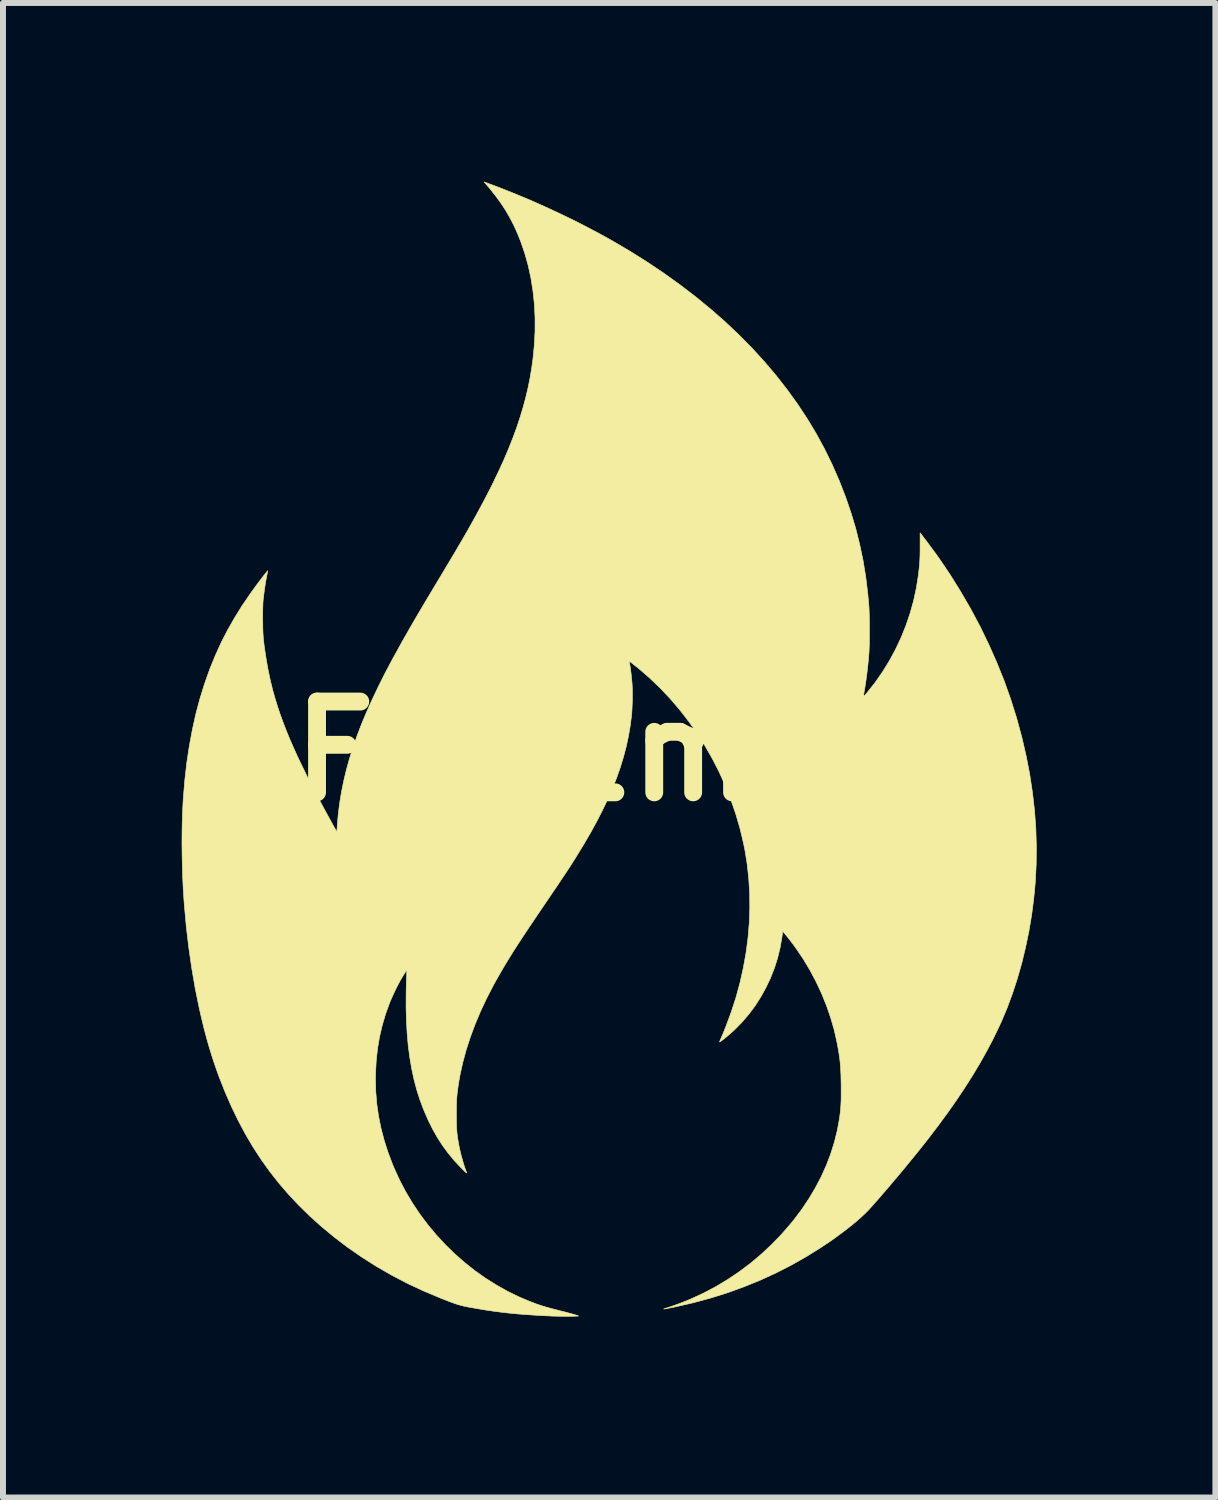
<source format=kicad_pcb>
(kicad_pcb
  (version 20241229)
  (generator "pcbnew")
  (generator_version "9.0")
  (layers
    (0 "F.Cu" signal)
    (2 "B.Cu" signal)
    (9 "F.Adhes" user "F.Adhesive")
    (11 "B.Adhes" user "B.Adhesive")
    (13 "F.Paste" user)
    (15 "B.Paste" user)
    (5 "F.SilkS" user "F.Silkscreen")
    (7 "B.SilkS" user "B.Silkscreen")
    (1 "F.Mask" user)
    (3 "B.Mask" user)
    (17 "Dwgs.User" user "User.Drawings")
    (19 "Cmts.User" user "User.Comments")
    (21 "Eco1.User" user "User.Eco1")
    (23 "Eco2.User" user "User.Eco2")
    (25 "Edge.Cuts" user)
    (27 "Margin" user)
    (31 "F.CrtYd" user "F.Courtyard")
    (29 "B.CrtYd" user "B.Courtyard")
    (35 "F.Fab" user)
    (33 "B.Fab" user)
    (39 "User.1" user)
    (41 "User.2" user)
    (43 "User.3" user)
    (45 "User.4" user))
  (footprint "FireEmoji"
    (layer "F.Cu")
    (at 7.171 9.562)
    (property "Reference" "FireEmoji" (at 0 0 0) (layer "F.SilkS") (effects (font (size 1.524 1.524) (thickness 0.3))))
    (attr through_hole)
    (fp_poly (pts (xy 1.238 9.319) (xy 1.235 9.322) (xy 1.232 9.319) (xy 1.235 9.315) (xy 1.238 9.319)) (stroke (width 0.01) (type solid)) (fill yes) (layer "F.Mask"))
    (fp_poly (pts (xy 0.346 -1.495) (xy 0.36 -1.485) (xy 0.378 -1.472) (xy 0.395 -1.458) (xy 0.409 -1.445) (xy 0.418 -1.436) (xy 0.419 -1.434) (xy 0.423 -1.431) (xy 0.425 -1.432) (xy 0.432 -1.43) (xy 0.443 -1.42) (xy 0.443 -1.42) (xy 0.453 -1.41) (xy 0.459 -1.407) (xy 0.459 -1.407) (xy 0.464 -1.405) (xy 0.474 -1.395) (xy 0.475 -1.394) (xy 0.484 -1.384) (xy 0.49 -1.381) (xy 0.49 -1.381) (xy 0.496 -1.379) (xy 0.508 -1.369) (xy 0.525 -1.355) (xy 0.529 -1.351) (xy 0.547 -1.335) (xy 0.56 -1.324) (xy 0.567 -1.319) (xy 0.568 -1.319) (xy 0.573 -1.316) (xy 0.583 -1.306) (xy 0.589 -1.299) (xy 0.601 -1.287) (xy 0.609 -1.28) (xy 0.611 -1.28) (xy 0.616 -1.277) (xy 0.629 -1.266) (xy 0.647 -1.25) (xy 0.669 -1.23) (xy 0.672 -1.227) (xy 0.694 -1.206) (xy 0.712 -1.19) (xy 0.725 -1.179) (xy 0.73 -1.175) (xy 0.73 -1.175) (xy 0.734 -1.172) (xy 0.746 -1.161) (xy 0.764 -1.144) (xy 0.788 -1.121) (xy 0.815 -1.094) (xy 0.845 -1.064) (xy 0.876 -1.031) (xy 0.908 -0.999) (xy 0.939 -0.966) (xy 0.968 -0.936) (xy 0.994 -0.908) (xy 1.015 -0.886) (xy 1.055 -0.842) (xy 1.089 -0.803) (xy 1.118 -0.77) (xy 1.141 -0.744) (xy 1.157 -0.725) (xy 1.166 -0.714) (xy 1.167 -0.711) (xy 1.169 -0.707) (xy 1.179 -0.696) (xy 1.193 -0.68) (xy 1.194 -0.678) (xy 1.209 -0.661) (xy 1.219 -0.649) (xy 1.222 -0.642) (xy 1.222 -0.642) (xy 1.225 -0.637) (xy 1.235 -0.628) (xy 1.236 -0.627) (xy 1.246 -0.618) (xy 1.249 -0.612) (xy 1.249 -0.612) (xy 1.251 -0.606) (xy 1.261 -0.594) (xy 1.271 -0.583) (xy 1.283 -0.568) (xy 1.291 -0.557) (xy 1.292 -0.554) (xy 1.295 -0.548) (xy 1.304 -0.539) (xy 1.312 -0.531) (xy 1.312 -0.527) (xy 1.312 -0.527) (xy 1.312 -0.524) (xy 1.321 -0.515) (xy 1.322 -0.515) (xy 1.33 -0.506) (xy 1.331 -0.502) (xy 1.33 -0.502) (xy 1.33 -0.499) (xy 1.339 -0.492) (xy 1.348 -0.483) (xy 1.349 -0.476) (xy 1.349 -0.47) (xy 1.351 -0.47) (xy 1.358 -0.465) (xy 1.368 -0.453) (xy 1.38 -0.437) (xy 1.391 -0.422) (xy 1.398 -0.409) (xy 1.399 -0.405) (xy 1.401 -0.4) (xy 1.402 -0.4) (xy 1.409 -0.395) (xy 1.419 -0.383) (xy 1.428 -0.371) (xy 1.438 -0.356) (xy 1.444 -0.346) (xy 1.444 -0.343) (xy 1.444 -0.34) (xy 1.451 -0.334) (xy 1.459 -0.327) (xy 1.459 -0.324) (xy 1.46 -0.32) (xy 1.468 -0.31) (xy 1.471 -0.306) (xy 1.482 -0.293) (xy 1.496 -0.274) (xy 1.509 -0.253) (xy 1.521 -0.233) (xy 1.529 -0.218) (xy 1.531 -0.213) (xy 1.536 -0.204) (xy 1.54 -0.201) (xy 1.547 -0.194) (xy 1.546 -0.19) (xy 1.546 -0.185) (xy 1.548 -0.184) (xy 1.554 -0.179) (xy 1.564 -0.166) (xy 1.575 -0.149) (xy 1.587 -0.129) (xy 1.598 -0.112) (xy 1.604 -0.099) (xy 1.605 -0.095) (xy 1.608 -0.089) (xy 1.617 -0.078) (xy 1.617 -0.077) (xy 1.626 -0.065) (xy 1.628 -0.057) (xy 1.628 -0.056) (xy 1.629 -0.051) (xy 1.631 -0.051) (xy 1.637 -0.046) (xy 1.647 -0.033) (xy 1.657 -0.016) (xy 1.666 0.001) (xy 1.672 0.014) (xy 1.672 0.017) (xy 1.675 0.025) (xy 1.677 0.025) (xy 1.683 0.03) (xy 1.691 0.043) (xy 1.692 0.044) (xy 1.698 0.057) (xy 1.699 0.063) (xy 1.699 0.064) (xy 1.7 0.067) (xy 1.708 0.077) (xy 1.708 0.077) (xy 1.719 0.093) (xy 1.722 0.106) (xy 1.722 0.11) (xy 1.726 0.114) (xy 1.727 0.114) (xy 1.732 0.119) (xy 1.741 0.133) (xy 1.751 0.15) (xy 1.76 0.168) (xy 1.766 0.183) (xy 1.767 0.192) (xy 1.767 0.193) (xy 1.768 0.197) (xy 1.771 0.197) (xy 1.776 0.201) (xy 1.775 0.203) (xy 1.775 0.209) (xy 1.777 0.21) (xy 1.782 0.215) (xy 1.791 0.23) (xy 1.803 0.251) (xy 1.817 0.277) (xy 1.831 0.305) (xy 1.844 0.333) (xy 1.856 0.358) (xy 1.865 0.378) (xy 1.869 0.391) (xy 1.869 0.395) (xy 1.87 0.4) (xy 1.872 0.4) (xy 1.877 0.406) (xy 1.885 0.42) (xy 1.896 0.442) (xy 1.909 0.469) (xy 1.923 0.497) (xy 1.935 0.526) (xy 1.946 0.552) (xy 1.955 0.573) (xy 1.959 0.587) (xy 1.959 0.591) (xy 1.96 0.597) (xy 1.961 0.598) (xy 1.967 0.605) (xy 1.975 0.619) (xy 1.983 0.637) (xy 1.989 0.654) (xy 1.991 0.665) (xy 1.99 0.667) (xy 1.991 0.673) (xy 1.993 0.673) (xy 1.998 0.678) (xy 2.005 0.692) (xy 2.013 0.709) (xy 2.019 0.726) (xy 2.023 0.739) (xy 2.023 0.74) (xy 2.026 0.75) (xy 2.032 0.762) (xy 2.038 0.774) (xy 2.039 0.78) (xy 2.041 0.786) (xy 2.047 0.798) (xy 2.048 0.8) (xy 2.054 0.814) (xy 2.057 0.823) (xy 2.056 0.824) (xy 2.058 0.832) (xy 2.064 0.847) (xy 2.066 0.853) (xy 2.072 0.869) (xy 2.074 0.88) (xy 2.073 0.882) (xy 2.075 0.889) (xy 2.077 0.89) (xy 2.084 0.898) (xy 2.086 0.905) (xy 2.089 0.92) (xy 2.091 0.926) (xy 2.093 0.933) (xy 2.091 0.934) (xy 2.09 0.936) (xy 2.093 0.938) (xy 2.1 0.948) (xy 2.103 0.959) (xy 2.108 0.975) (xy 2.113 0.984) (xy 2.119 0.997) (xy 2.119 1.004) (xy 2.119 1.014) (xy 2.122 1.016) (xy 2.126 1.021) (xy 2.125 1.026) (xy 2.124 1.034) (xy 2.126 1.035) (xy 2.13 1.04) (xy 2.136 1.054) (xy 2.142 1.071) (xy 2.147 1.089) (xy 2.15 1.102) (xy 2.153 1.112) (xy 2.157 1.124) (xy 2.167 1.149) (xy 2.175 1.174) (xy 2.18 1.195) (xy 2.182 1.209) (xy 2.182 1.212) (xy 2.183 1.219) (xy 2.185 1.22) (xy 2.19 1.228) (xy 2.194 1.242) (xy 2.194 1.242) (xy 2.196 1.258) (xy 2.2 1.269) (xy 2.201 1.28) (xy 2.2 1.283) (xy 2.201 1.289) (xy 2.204 1.289) (xy 2.208 1.294) (xy 2.208 1.299) (xy 2.207 1.307) (xy 2.209 1.308) (xy 2.213 1.314) (xy 2.218 1.328) (xy 2.22 1.335) (xy 2.223 1.355) (xy 2.226 1.372) (xy 2.227 1.375) (xy 2.23 1.391) (xy 2.23 1.399) (xy 2.233 1.408) (xy 2.235 1.41) (xy 2.239 1.415) (xy 2.244 1.429) (xy 2.248 1.447) (xy 2.251 1.464) (xy 2.251 1.477) (xy 2.251 1.48) (xy 2.252 1.485) (xy 2.255 1.486) (xy 2.259 1.491) (xy 2.259 1.499) (xy 2.259 1.511) (xy 2.262 1.515) (xy 2.266 1.524) (xy 2.265 1.531) (xy 2.265 1.541) (xy 2.268 1.543) (xy 2.272 1.548) (xy 2.273 1.554) (xy 2.273 1.569) (xy 2.275 1.575) (xy 2.281 1.593) (xy 2.285 1.614) (xy 2.289 1.634) (xy 2.29 1.648) (xy 2.289 1.652) (xy 2.289 1.661) (xy 2.292 1.667) (xy 2.298 1.68) (xy 2.302 1.704) (xy 2.306 1.737) (xy 2.307 1.753) (xy 2.31 1.766) (xy 2.314 1.772) (xy 2.317 1.78) (xy 2.319 1.797) (xy 2.32 1.811) (xy 2.322 1.832) (xy 2.325 1.848) (xy 2.327 1.853) (xy 2.33 1.864) (xy 2.333 1.883) (xy 2.335 1.91) (xy 2.338 1.941) (xy 2.339 1.967) (xy 2.341 1.981) (xy 2.344 1.987) (xy 2.345 1.988) (xy 2.348 1.993) (xy 2.349 2.006) (xy 2.349 2.007) (xy 2.347 2.02) (xy 2.342 2.026) (xy 2.342 2.026) (xy 2.34 2.029) (xy 2.346 2.034) (xy 2.353 2.042) (xy 2.355 2.054) (xy 2.353 2.07) (xy 2.352 2.09) (xy 2.355 2.104) (xy 2.356 2.105) (xy 2.359 2.115) (xy 2.362 2.134) (xy 2.364 2.159) (xy 2.365 2.176) (xy 2.367 2.206) (xy 2.369 2.244) (xy 2.372 2.286) (xy 2.375 2.327) (xy 2.376 2.337) (xy 2.38 2.405) (xy 2.38 2.462) (xy 2.377 2.497) (xy 2.375 2.523) (xy 2.374 2.544) (xy 2.374 2.557) (xy 2.375 2.559) (xy 2.376 2.565) (xy 2.377 2.582) (xy 2.378 2.608) (xy 2.379 2.641) (xy 2.379 2.68) (xy 2.38 2.699) (xy 2.38 2.739) (xy 2.379 2.775) (xy 2.379 2.805) (xy 2.378 2.826) (xy 2.377 2.837) (xy 2.376 2.838) (xy 2.375 2.84) (xy 2.373 2.845) (xy 2.372 2.855) (xy 2.371 2.872) (xy 2.371 2.898) (xy 2.37 2.932) (xy 2.369 2.978) (xy 2.369 2.986) (xy 2.368 3.009) (xy 2.366 3.027) (xy 2.363 3.035) (xy 2.363 3.035) (xy 2.36 3.041) (xy 2.36 3.055) (xy 2.36 3.061) (xy 2.361 3.081) (xy 2.357 3.094) (xy 2.356 3.095) (xy 2.352 3.109) (xy 2.353 3.13) (xy 2.355 3.149) (xy 2.353 3.164) (xy 2.353 3.167) (xy 2.35 3.181) (xy 2.349 3.199) (xy 2.348 3.213) (xy 2.343 3.219) (xy 2.339 3.22) (xy 2.331 3.221) (xy 2.336 3.225) (xy 2.336 3.225) (xy 2.342 3.234) (xy 2.34 3.252) (xy 2.338 3.274) (xy 2.337 3.297) (xy 2.337 3.297) (xy 2.336 3.313) (xy 2.333 3.321) (xy 2.332 3.321) (xy 2.329 3.326) (xy 2.329 3.34) (xy 2.329 3.34) (xy 2.329 3.354) (xy 2.325 3.359) (xy 2.32 3.365) (xy 2.321 3.382) (xy 2.322 3.385) (xy 2.323 3.403) (xy 2.319 3.41) (xy 2.319 3.41) (xy 2.314 3.414) (xy 2.315 3.418) (xy 2.315 3.428) (xy 2.314 3.446) (xy 2.311 3.458) (xy 2.307 3.483) (xy 2.303 3.509) (xy 2.302 3.517) (xy 2.299 3.536) (xy 2.295 3.549) (xy 2.293 3.551) (xy 2.29 3.562) (xy 2.29 3.576) (xy 2.291 3.59) (xy 2.287 3.594) (xy 2.283 3.599) (xy 2.283 3.603) (xy 2.284 3.614) (xy 2.281 3.632) (xy 2.279 3.639) (xy 2.274 3.662) (xy 2.27 3.684) (xy 2.27 3.688) (xy 2.266 3.705) (xy 2.261 3.717) (xy 2.261 3.718) (xy 2.257 3.726) (xy 2.258 3.729) (xy 2.259 3.737) (xy 2.257 3.753) (xy 2.252 3.773) (xy 2.246 3.794) (xy 2.243 3.804) (xy 2.241 3.817) (xy 2.241 3.82) (xy 2.239 3.831) (xy 2.234 3.846) (xy 2.229 3.862) (xy 2.228 3.875) (xy 2.226 3.884) (xy 2.223 3.886) (xy 2.218 3.89) (xy 2.219 3.891) (xy 2.219 3.9) (xy 2.216 3.916) (xy 2.212 3.937) (xy 2.208 3.958) (xy 2.203 3.975) (xy 2.199 3.983) (xy 2.196 3.994) (xy 2.194 4.009) (xy 2.191 4.024) (xy 2.186 4.031) (xy 2.186 4.031) (xy 2.182 4.038) (xy 2.183 4.045) (xy 2.182 4.055) (xy 2.179 4.058) (xy 2.175 4.062) (xy 2.176 4.067) (xy 2.176 4.075) (xy 2.173 4.077) (xy 2.168 4.081) (xy 2.169 4.086) (xy 2.169 4.096) (xy 2.166 4.098) (xy 2.162 4.107) (xy 2.163 4.111) (xy 2.163 4.123) (xy 2.158 4.135) (xy 2.152 4.151) (xy 2.149 4.162) (xy 2.145 4.177) (xy 2.139 4.194) (xy 2.134 4.21) (xy 2.133 4.221) (xy 2.133 4.221) (xy 2.13 4.228) (xy 2.128 4.229) (xy 2.124 4.234) (xy 2.125 4.239) (xy 2.125 4.247) (xy 2.122 4.248) (xy 2.117 4.253) (xy 2.118 4.256) (xy 2.118 4.267) (xy 2.113 4.284) (xy 2.11 4.29) (xy 2.104 4.306) (xy 2.101 4.318) (xy 2.101 4.32) (xy 2.099 4.329) (xy 2.094 4.339) (xy 2.089 4.351) (xy 2.088 4.357) (xy 2.086 4.365) (xy 2.081 4.38) (xy 2.078 4.386) (xy 2.071 4.404) (xy 2.067 4.42) (xy 2.067 4.422) (xy 2.063 4.434) (xy 2.058 4.437) (xy 2.054 4.443) (xy 2.054 4.445) (xy 2.054 4.454) (xy 2.05 4.469) (xy 2.047 4.475) (xy 2.04 4.493) (xy 2.036 4.509) (xy 2.035 4.511) (xy 2.031 4.523) (xy 2.027 4.526) (xy 2.023 4.533) (xy 2.023 4.537) (xy 2.022 4.547) (xy 2.017 4.555) (xy 2.01 4.563) (xy 2.01 4.567) (xy 2.01 4.574) (xy 2.006 4.589) (xy 2 4.605) (xy 1.993 4.62) (xy 1.987 4.629) (xy 1.986 4.629) (xy 1.983 4.633) (xy 1.984 4.636) (xy 1.984 4.641) (xy 1.982 4.642) (xy 1.978 4.646) (xy 1.979 4.651) (xy 1.978 4.66) (xy 1.975 4.661) (xy 1.971 4.665) (xy 1.972 4.668) (xy 1.972 4.677) (xy 1.968 4.684) (xy 1.961 4.696) (xy 1.959 4.701) (xy 1.957 4.713) (xy 1.951 4.73) (xy 1.943 4.747) (xy 1.935 4.762) (xy 1.93 4.769) (xy 1.929 4.769) (xy 1.926 4.773) (xy 1.927 4.775) (xy 1.926 4.783) (xy 1.922 4.799) (xy 1.914 4.816) (xy 1.906 4.832) (xy 1.899 4.842) (xy 1.898 4.842) (xy 1.895 4.85) (xy 1.896 4.852) (xy 1.895 4.857) (xy 1.893 4.858) (xy 1.889 4.862) (xy 1.89 4.867) (xy 1.894 4.872) (xy 1.901 4.868) (xy 1.905 4.862) (xy 1.914 4.854) (xy 1.917 4.854) (xy 1.917 4.854) (xy 1.921 4.853) (xy 1.929 4.845) (xy 1.931 4.842) (xy 1.941 4.832) (xy 1.947 4.828) (xy 1.947 4.828) (xy 1.952 4.825) (xy 1.965 4.815) (xy 1.981 4.801) (xy 1.986 4.797) (xy 2.003 4.781) (xy 2.016 4.77) (xy 2.024 4.765) (xy 2.024 4.765) (xy 2.029 4.762) (xy 2.041 4.751) (xy 2.056 4.736) (xy 2.062 4.73) (xy 2.079 4.713) (xy 2.094 4.701) (xy 2.103 4.695) (xy 2.104 4.694) (xy 2.11 4.691) (xy 2.11 4.688) (xy 2.112 4.681) (xy 2.114 4.68) (xy 2.121 4.676) (xy 2.133 4.665) (xy 2.149 4.65) (xy 2.166 4.634) (xy 2.18 4.62) (xy 2.19 4.609) (xy 2.192 4.605) (xy 2.196 4.599) (xy 2.207 4.586) (xy 2.224 4.567) (xy 2.243 4.545) (xy 2.265 4.521) (xy 2.286 4.498) (xy 2.305 4.477) (xy 2.312 4.469) (xy 2.322 4.458) (xy 2.326 4.45) (xy 2.326 4.449) (xy 2.329 4.444) (xy 2.338 4.435) (xy 2.34 4.433) (xy 2.351 4.424) (xy 2.356 4.417) (xy 2.356 4.417) (xy 2.36 4.408) (xy 2.37 4.394) (xy 2.383 4.375) (xy 2.399 4.357) (xy 2.413 4.34) (xy 2.425 4.328) (xy 2.431 4.324) (xy 2.438 4.323) (xy 2.433 4.319) (xy 2.428 4.313) (xy 2.434 4.307) (xy 2.436 4.306) (xy 2.443 4.301) (xy 2.443 4.299) (xy 2.443 4.295) (xy 2.449 4.283) (xy 2.459 4.268) (xy 2.47 4.252) (xy 2.481 4.238) (xy 2.488 4.23) (xy 2.49 4.229) (xy 2.493 4.225) (xy 2.492 4.223) (xy 2.494 4.215) (xy 2.498 4.213) (xy 2.505 4.207) (xy 2.505 4.204) (xy 2.507 4.197) (xy 2.516 4.185) (xy 2.516 4.184) (xy 2.526 4.173) (xy 2.529 4.166) (xy 2.529 4.166) (xy 2.531 4.159) (xy 2.535 4.153) (xy 2.542 4.143) (xy 2.543 4.139) (xy 2.547 4.131) (xy 2.554 4.121) (xy 2.561 4.112) (xy 2.562 4.108) (xy 2.562 4.104) (xy 2.568 4.092) (xy 2.571 4.088) (xy 2.578 4.074) (xy 2.59 4.052) (xy 2.604 4.025) (xy 2.617 4) (xy 2.63 3.973) (xy 2.643 3.95) (xy 2.652 3.933) (xy 2.657 3.925) (xy 2.664 3.911) (xy 2.665 3.906) (xy 2.67 3.896) (xy 2.673 3.894) (xy 2.677 3.888) (xy 2.676 3.886) (xy 2.676 3.877) (xy 2.681 3.864) (xy 2.688 3.852) (xy 2.694 3.848) (xy 2.697 3.844) (xy 2.696 3.842) (xy 2.697 3.836) (xy 2.699 3.835) (xy 2.704 3.833) (xy 2.704 3.832) (xy 2.703 3.824) (xy 2.706 3.81) (xy 2.712 3.798) (xy 2.718 3.791) (xy 2.718 3.791) (xy 2.721 3.786) (xy 2.72 3.781) (xy 2.721 3.773) (xy 2.725 3.772) (xy 2.73 3.77) (xy 2.729 3.768) (xy 2.728 3.76) (xy 2.732 3.75) (xy 2.738 3.734) (xy 2.74 3.725) (xy 2.744 3.713) (xy 2.748 3.71) (xy 2.753 3.703) (xy 2.752 3.698) (xy 2.752 3.691) (xy 2.756 3.689) (xy 2.76 3.686) (xy 2.759 3.683) (xy 2.759 3.673) (xy 2.763 3.662) (xy 2.77 3.646) (xy 2.772 3.636) (xy 2.776 3.624) (xy 2.78 3.621) (xy 2.784 3.614) (xy 2.783 3.606) (xy 2.783 3.597) (xy 2.786 3.594) (xy 2.791 3.589) (xy 2.792 3.583) (xy 2.794 3.57) (xy 2.799 3.551) (xy 2.8 3.546) (xy 2.807 3.523) (xy 2.813 3.497) (xy 2.814 3.494) (xy 2.821 3.475) (xy 2.83 3.467) (xy 2.831 3.467) (xy 2.837 3.465) (xy 2.834 3.462) (xy 2.831 3.454) (xy 2.83 3.44) (xy 2.832 3.426) (xy 2.836 3.417) (xy 2.839 3.416) (xy 2.841 3.411) (xy 2.84 3.404) (xy 2.84 3.393) (xy 2.844 3.391) (xy 2.849 3.386) (xy 2.847 3.375) (xy 2.847 3.363) (xy 2.85 3.359) (xy 2.854 3.354) (xy 2.853 3.346) (xy 2.853 3.336) (xy 2.855 3.334) (xy 2.86 3.328) (xy 2.862 3.319) (xy 2.864 3.287) (xy 2.868 3.26) (xy 2.873 3.243) (xy 2.876 3.237) (xy 2.879 3.227) (xy 2.879 3.211) (xy 2.878 3.209) (xy 2.878 3.195) (xy 2.88 3.188) (xy 2.881 3.188) (xy 2.884 3.182) (xy 2.884 3.169) (xy 2.884 3.169) (xy 2.884 3.155) (xy 2.887 3.15) (xy 2.887 3.15) (xy 2.89 3.146) (xy 2.893 3.136) (xy 2.894 3.116) (xy 2.895 3.085) (xy 2.896 3.077) (xy 2.899 3.056) (xy 2.907 3.044) (xy 2.914 3.041) (xy 2.921 3.043) (xy 2.932 3.052) (xy 2.949 3.07) (xy 2.951 3.072) (xy 2.966 3.09) (xy 2.977 3.104) (xy 2.981 3.112) (xy 2.981 3.113) (xy 2.982 3.118) (xy 2.984 3.118) (xy 2.99 3.122) (xy 3.002 3.134) (xy 3.017 3.151) (xy 3.031 3.169) (xy 3.044 3.185) (xy 3.052 3.198) (xy 3.054 3.202) (xy 3.058 3.21) (xy 3.068 3.22) (xy 3.077 3.228) (xy 3.078 3.232) (xy 3.077 3.232) (xy 3.078 3.235) (xy 3.086 3.244) (xy 3.087 3.245) (xy 3.096 3.253) (xy 3.097 3.257) (xy 3.097 3.257) (xy 3.097 3.261) (xy 3.105 3.269) (xy 3.106 3.27) (xy 3.115 3.279) (xy 3.117 3.283) (xy 3.117 3.283) (xy 3.118 3.287) (xy 3.126 3.297) (xy 3.131 3.303) (xy 3.142 3.316) (xy 3.147 3.324) (xy 3.147 3.325) (xy 3.15 3.331) (xy 3.159 3.342) (xy 3.163 3.347) (xy 3.174 3.361) (xy 3.178 3.37) (xy 3.178 3.372) (xy 3.179 3.378) (xy 3.181 3.378) (xy 3.186 3.383) (xy 3.197 3.396) (xy 3.21 3.415) (xy 3.226 3.437) (xy 3.241 3.459) (xy 3.253 3.479) (xy 3.263 3.494) (xy 3.266 3.501) (xy 3.271 3.51) (xy 3.278 3.519) (xy 3.286 3.529) (xy 3.297 3.546) (xy 3.31 3.566) (xy 3.323 3.588) (xy 3.334 3.608) (xy 3.342 3.624) (xy 3.345 3.632) (xy 3.345 3.632) (xy 3.348 3.639) (xy 3.356 3.65) (xy 3.357 3.651) (xy 3.366 3.663) (xy 3.368 3.671) (xy 3.368 3.671) (xy 3.37 3.676) (xy 3.372 3.677) (xy 3.376 3.681) (xy 3.375 3.683) (xy 3.375 3.689) (xy 3.378 3.689) (xy 3.385 3.694) (xy 3.393 3.706) (xy 3.399 3.719) (xy 3.4 3.729) (xy 3.399 3.73) (xy 3.4 3.733) (xy 3.403 3.734) (xy 3.408 3.738) (xy 3.407 3.74) (xy 3.407 3.746) (xy 3.41 3.747) (xy 3.416 3.752) (xy 3.424 3.764) (xy 3.429 3.777) (xy 3.43 3.786) (xy 3.434 3.791) (xy 3.435 3.791) (xy 3.441 3.796) (xy 3.447 3.808) (xy 3.45 3.82) (xy 3.449 3.824) (xy 3.453 3.829) (xy 3.454 3.829) (xy 3.459 3.834) (xy 3.468 3.848) (xy 3.479 3.868) (xy 3.49 3.891) (xy 3.501 3.913) (xy 3.51 3.932) (xy 3.514 3.946) (xy 3.515 3.95) (xy 3.517 3.956) (xy 3.522 3.959) (xy 3.529 3.966) (xy 3.529 3.97) (xy 3.531 3.981) (xy 3.535 3.987) (xy 3.54 3.996) (xy 3.54 4.001) (xy 3.54 4.007) (xy 3.542 4.007) (xy 3.548 4.012) (xy 3.555 4.025) (xy 3.562 4.041) (xy 3.564 4.054) (xy 3.564 4.055) (xy 3.568 4.063) (xy 3.57 4.064) (xy 3.573 4.068) (xy 3.572 4.07) (xy 3.572 4.076) (xy 3.574 4.077) (xy 3.58 4.082) (xy 3.586 4.095) (xy 3.59 4.111) (xy 3.59 4.112) (xy 3.594 4.121) (xy 3.595 4.121) (xy 3.601 4.13) (xy 3.608 4.145) (xy 3.615 4.163) (xy 3.621 4.18) (xy 3.623 4.19) (xy 3.622 4.192) (xy 3.623 4.197) (xy 3.625 4.197) (xy 3.63 4.203) (xy 3.637 4.216) (xy 3.643 4.232) (xy 3.647 4.248) (xy 3.647 4.257) (xy 3.646 4.257) (xy 3.648 4.261) (xy 3.651 4.261) (xy 3.656 4.265) (xy 3.655 4.27) (xy 3.655 4.279) (xy 3.657 4.28) (xy 3.663 4.285) (xy 3.669 4.298) (xy 3.67 4.3) (xy 3.674 4.315) (xy 3.671 4.324) (xy 3.669 4.325) (xy 3.665 4.33) (xy 3.672 4.331) (xy 3.682 4.334) (xy 3.684 4.339) (xy 3.685 4.351) (xy 3.686 4.353) (xy 3.69 4.364) (xy 3.69 4.366) (xy 3.696 4.378) (xy 3.703 4.396) (xy 3.71 4.417) (xy 3.715 4.435) (xy 3.718 4.449) (xy 3.717 4.452) (xy 3.719 4.457) (xy 3.721 4.458) (xy 3.726 4.462) (xy 3.725 4.467) (xy 3.725 4.476) (xy 3.726 4.478) (xy 3.731 4.485) (xy 3.738 4.5) (xy 3.744 4.519) (xy 3.749 4.537) (xy 3.751 4.549) (xy 3.75 4.552) (xy 3.751 4.559) (xy 3.753 4.56) (xy 3.759 4.568) (xy 3.762 4.578) (xy 3.766 4.596) (xy 3.772 4.613) (xy 3.778 4.632) (xy 3.781 4.649) (xy 3.784 4.664) (xy 3.787 4.673) (xy 3.789 4.683) (xy 3.788 4.686) (xy 3.788 4.693) (xy 3.79 4.694) (xy 3.794 4.701) (xy 3.8 4.718) (xy 3.806 4.742) (xy 3.813 4.77) (xy 3.82 4.801) (xy 3.826 4.83) (xy 3.83 4.855) (xy 3.831 4.869) (xy 3.834 4.88) (xy 3.837 4.883) (xy 3.841 4.888) (xy 3.841 4.894) (xy 3.842 4.91) (xy 3.845 4.916) (xy 3.847 4.931) (xy 3.846 4.937) (xy 3.846 4.946) (xy 3.849 4.948) (xy 3.853 4.955) (xy 3.856 4.97) (xy 3.857 4.978) (xy 3.86 5.004) (xy 3.865 5.03) (xy 3.867 5.035) (xy 3.871 5.055) (xy 3.872 5.071) (xy 3.871 5.075) (xy 3.871 5.086) (xy 3.874 5.09) (xy 3.879 5.099) (xy 3.88 5.113) (xy 3.877 5.127) (xy 3.872 5.133) (xy 3.87 5.136) (xy 3.876 5.137) (xy 3.884 5.14) (xy 3.886 5.15) (xy 3.885 5.156) (xy 3.884 5.169) (xy 3.887 5.175) (xy 3.887 5.175) (xy 3.89 5.181) (xy 3.892 5.195) (xy 3.893 5.205) (xy 3.894 5.243) (xy 3.895 5.269) (xy 3.897 5.284) (xy 3.9 5.29) (xy 3.901 5.29) (xy 3.902 5.291) (xy 3.904 5.296) (xy 3.905 5.307) (xy 3.906 5.324) (xy 3.907 5.35) (xy 3.907 5.386) (xy 3.908 5.412) (xy 3.909 5.435) (xy 3.91 5.452) (xy 3.913 5.461) (xy 3.913 5.461) (xy 3.915 5.467) (xy 3.917 5.483) (xy 3.918 5.506) (xy 3.918 5.521) (xy 3.917 5.547) (xy 3.916 5.568) (xy 3.914 5.58) (xy 3.913 5.582) (xy 3.911 5.587) (xy 3.91 5.603) (xy 3.91 5.625) (xy 3.91 5.651) (xy 3.91 5.678) (xy 3.911 5.702) (xy 3.912 5.721) (xy 3.914 5.731) (xy 3.914 5.733) (xy 3.916 5.741) (xy 3.917 5.759) (xy 3.918 5.785) (xy 3.918 5.817) (xy 3.917 5.853) (xy 3.916 5.889) (xy 3.914 5.924) (xy 3.912 5.955) (xy 3.911 5.963) (xy 3.909 5.997) (xy 3.906 6.033) (xy 3.903 6.064) (xy 3.902 6.076) (xy 3.9 6.099) (xy 3.898 6.118) (xy 3.895 6.129) (xy 3.895 6.129) (xy 3.892 6.139) (xy 3.89 6.157) (xy 3.889 6.178) (xy 3.887 6.199) (xy 3.884 6.215) (xy 3.881 6.222) (xy 3.877 6.228) (xy 3.878 6.233) (xy 3.878 6.244) (xy 3.877 6.262) (xy 3.874 6.284) (xy 3.87 6.306) (xy 3.865 6.324) (xy 3.861 6.334) (xy 3.86 6.334) (xy 3.857 6.343) (xy 3.858 6.354) (xy 3.859 6.365) (xy 3.856 6.369) (xy 3.852 6.374) (xy 3.853 6.382) (xy 3.853 6.392) (xy 3.85 6.394) (xy 3.847 6.4) (xy 3.844 6.414) (xy 3.844 6.422) (xy 3.841 6.444) (xy 3.836 6.464) (xy 3.835 6.468) (xy 3.83 6.482) (xy 3.828 6.491) (xy 3.828 6.491) (xy 3.827 6.5) (xy 3.823 6.518) (xy 3.817 6.54) (xy 3.811 6.563) (xy 3.804 6.583) (xy 3.799 6.597) (xy 3.797 6.6) (xy 3.794 6.61) (xy 3.795 6.614) (xy 3.795 6.622) (xy 3.792 6.623) (xy 3.788 6.628) (xy 3.789 6.633) (xy 3.789 6.641) (xy 3.786 6.642) (xy 3.782 6.647) (xy 3.783 6.655) (xy 3.783 6.665) (xy 3.78 6.668) (xy 3.775 6.673) (xy 3.774 6.679) (xy 3.771 6.696) (xy 3.766 6.716) (xy 3.76 6.732) (xy 3.755 6.742) (xy 3.754 6.742) (xy 3.75 6.749) (xy 3.751 6.756) (xy 3.749 6.77) (xy 3.745 6.776) (xy 3.738 6.789) (xy 3.735 6.801) (xy 3.73 6.819) (xy 3.725 6.829) (xy 3.72 6.841) (xy 3.72 6.847) (xy 3.718 6.856) (xy 3.712 6.87) (xy 3.712 6.871) (xy 3.705 6.885) (xy 3.701 6.894) (xy 3.701 6.894) (xy 3.698 6.903) (xy 3.694 6.912) (xy 3.688 6.925) (xy 3.686 6.931) (xy 3.684 6.943) (xy 3.678 6.959) (xy 3.67 6.977) (xy 3.662 6.991) (xy 3.657 6.998) (xy 3.656 6.998) (xy 3.653 7.002) (xy 3.654 7.004) (xy 3.654 7.012) (xy 3.649 7.026) (xy 3.643 7.041) (xy 3.636 7.052) (xy 3.632 7.055) (xy 3.629 7.06) (xy 3.628 7.066) (xy 3.624 7.08) (xy 3.618 7.097) (xy 3.609 7.116) (xy 3.601 7.13) (xy 3.594 7.137) (xy 3.593 7.137) (xy 3.59 7.141) (xy 3.59 7.143) (xy 3.589 7.151) (xy 3.583 7.167) (xy 3.573 7.188) (xy 3.562 7.213) (xy 3.549 7.238) (xy 3.537 7.261) (xy 3.526 7.278) (xy 3.519 7.288) (xy 3.517 7.29) (xy 3.514 7.294) (xy 3.514 7.296) (xy 3.513 7.304) (xy 3.508 7.312) (xy 3.502 7.319) (xy 3.502 7.322) (xy 3.502 7.326) (xy 3.496 7.338) (xy 3.488 7.353) (xy 3.478 7.369) (xy 3.47 7.381) (xy 3.466 7.386) (xy 3.46 7.394) (xy 3.46 7.395) (xy 3.457 7.404) (xy 3.45 7.414) (xy 3.442 7.424) (xy 3.44 7.429) (xy 3.438 7.439) (xy 3.431 7.453) (xy 3.422 7.468) (xy 3.414 7.477) (xy 3.412 7.478) (xy 3.406 7.484) (xy 3.407 7.487) (xy 3.406 7.495) (xy 3.399 7.504) (xy 3.39 7.517) (xy 3.386 7.525) (xy 3.379 7.537) (xy 3.375 7.541) (xy 3.369 7.549) (xy 3.369 7.551) (xy 3.367 7.558) (xy 3.359 7.569) (xy 3.357 7.571) (xy 3.347 7.583) (xy 3.345 7.59) (xy 3.345 7.591) (xy 3.343 7.596) (xy 3.338 7.598) (xy 3.331 7.604) (xy 3.331 7.608) (xy 3.329 7.616) (xy 3.321 7.627) (xy 3.319 7.629) (xy 3.309 7.64) (xy 3.307 7.645) (xy 3.307 7.646) (xy 3.306 7.649) (xy 3.299 7.655) (xy 3.292 7.662) (xy 3.292 7.664) (xy 3.291 7.669) (xy 3.284 7.681) (xy 3.276 7.693) (xy 3.264 7.709) (xy 3.253 7.719) (xy 3.249 7.722) (xy 3.246 7.724) (xy 3.247 7.725) (xy 3.245 7.732) (xy 3.237 7.745) (xy 3.226 7.763) (xy 3.212 7.782) (xy 3.199 7.799) (xy 3.188 7.811) (xy 3.181 7.817) (xy 3.18 7.817) (xy 3.177 7.821) (xy 3.178 7.823) (xy 3.176 7.83) (xy 3.167 7.839) (xy 3.157 7.848) (xy 3.154 7.853) (xy 3.151 7.86) (xy 3.141 7.875) (xy 3.126 7.894) (xy 3.108 7.917) (xy 3.089 7.941) (xy 3.07 7.963) (xy 3.054 7.982) (xy 3.041 7.996) (xy 3.034 8.002) (xy 3.026 8.009) (xy 3.026 8.013) (xy 3.023 8.021) (xy 3.014 8.031) (xy 3.01 8.035) (xy 2.999 8.045) (xy 2.994 8.052) (xy 2.995 8.053) (xy 2.992 8.059) (xy 2.982 8.07) (xy 2.973 8.079) (xy 2.959 8.092) (xy 2.951 8.101) (xy 2.95 8.104) (xy 2.947 8.11) (xy 2.937 8.121) (xy 2.921 8.137) (xy 2.915 8.143) (xy 2.898 8.159) (xy 2.887 8.172) (xy 2.882 8.178) (xy 2.882 8.179) (xy 2.879 8.183) (xy 2.868 8.195) (xy 2.85 8.214) (xy 2.827 8.238) (xy 2.799 8.266) (xy 2.772 8.293) (xy 2.741 8.324) (xy 2.713 8.351) (xy 2.689 8.374) (xy 2.671 8.392) (xy 2.659 8.403) (xy 2.655 8.405) (xy 2.649 8.409) (xy 2.649 8.409) (xy 2.644 8.416) (xy 2.632 8.428) (xy 2.616 8.443) (xy 2.599 8.458) (xy 2.585 8.471) (xy 2.576 8.478) (xy 2.574 8.479) (xy 2.566 8.484) (xy 2.558 8.493) (xy 2.548 8.504) (xy 2.532 8.518) (xy 2.512 8.535) (xy 2.491 8.553) (xy 2.472 8.568) (xy 2.456 8.58) (xy 2.446 8.586) (xy 2.444 8.587) (xy 2.439 8.59) (xy 2.438 8.591) (xy 2.434 8.598) (xy 2.422 8.609) (xy 2.405 8.624) (xy 2.387 8.638) (xy 2.371 8.651) (xy 2.358 8.66) (xy 2.353 8.662) (xy 2.346 8.666) (xy 2.337 8.676) (xy 2.336 8.677) (xy 2.326 8.688) (xy 2.32 8.691) (xy 2.319 8.691) (xy 2.314 8.692) (xy 2.304 8.701) (xy 2.296 8.71) (xy 2.293 8.71) (xy 2.293 8.71) (xy 2.289 8.71) (xy 2.281 8.718) (xy 2.28 8.719) (xy 2.271 8.729) (xy 2.267 8.731) (xy 2.267 8.73) (xy 2.263 8.732) (xy 2.253 8.74) (xy 2.247 8.745) (xy 2.234 8.755) (xy 2.225 8.76) (xy 2.224 8.76) (xy 2.218 8.762) (xy 2.212 8.769) (xy 2.203 8.778) (xy 2.197 8.779) (xy 2.191 8.779) (xy 2.191 8.781) (xy 2.186 8.788) (xy 2.176 8.797) (xy 2.162 8.808) (xy 2.148 8.817) (xy 2.137 8.822) (xy 2.133 8.822) (xy 2.131 8.822) (xy 2.127 8.828) (xy 2.12 8.835) (xy 2.106 8.846) (xy 2.09 8.857) (xy 2.075 8.866) (xy 2.063 8.872) (xy 2.057 8.873) (xy 2.057 8.872) (xy 2.055 8.873) (xy 2.05 8.879) (xy 2.043 8.887) (xy 2.039 8.887) (xy 2.032 8.889) (xy 2.03 8.894) (xy 2.023 8.9) (xy 2.019 8.9) (xy 2.013 8.9) (xy 2.013 8.902) (xy 2.008 8.908) (xy 1.996 8.918) (xy 1.989 8.922) (xy 1.957 8.942) (xy 1.935 8.955) (xy 1.922 8.962) (xy 1.918 8.963) (xy 1.914 8.964) (xy 1.905 8.971) (xy 1.894 8.979) (xy 1.889 8.98) (xy 1.883 8.983) (xy 1.873 8.992) (xy 1.862 9) (xy 1.854 9.001) (xy 1.848 9.002) (xy 1.848 9.004) (xy 1.843 9.011) (xy 1.831 9.019) (xy 1.818 9.025) (xy 1.809 9.026) (xy 1.807 9.025) (xy 1.804 9.026) (xy 1.803 9.029) (xy 1.8 9.034) (xy 1.797 9.033) (xy 1.791 9.033) (xy 1.791 9.036) (xy 1.786 9.043) (xy 1.774 9.05) (xy 1.761 9.056) (xy 1.751 9.058) (xy 1.75 9.057) (xy 1.747 9.058) (xy 1.746 9.061) (xy 1.743 9.066) (xy 1.74 9.065) (xy 1.734 9.065) (xy 1.734 9.067) (xy 1.728 9.073) (xy 1.715 9.081) (xy 1.698 9.091) (xy 1.68 9.1) (xy 1.664 9.106) (xy 1.656 9.108) (xy 1.655 9.108) (xy 1.651 9.109) (xy 1.651 9.112) (xy 1.648 9.117) (xy 1.645 9.116) (xy 1.638 9.116) (xy 1.637 9.118) (xy 1.63 9.125) (xy 1.626 9.126) (xy 1.613 9.133) (xy 1.61 9.136) (xy 1.598 9.143) (xy 1.589 9.146) (xy 1.578 9.148) (xy 1.575 9.151) (xy 1.57 9.156) (xy 1.558 9.162) (xy 1.544 9.168) (xy 1.534 9.17) (xy 1.533 9.17) (xy 1.526 9.173) (xy 1.525 9.174) (xy 1.516 9.181) (xy 1.501 9.19) (xy 1.484 9.197) (xy 1.469 9.203) (xy 1.46 9.204) (xy 1.46 9.204) (xy 1.454 9.205) (xy 1.454 9.206) (xy 1.449 9.212) (xy 1.438 9.219) (xy 1.425 9.224) (xy 1.418 9.224) (xy 1.418 9.224) (xy 1.411 9.225) (xy 1.405 9.23) (xy 1.395 9.236) (xy 1.391 9.236) (xy 1.383 9.237) (xy 1.381 9.239) (xy 1.373 9.245) (xy 1.358 9.253) (xy 1.341 9.261) (xy 1.325 9.267) (xy 1.315 9.268) (xy 1.314 9.268) (xy 1.307 9.269) (xy 1.302 9.274) (xy 1.291 9.281) (xy 1.274 9.288) (xy 1.257 9.291) (xy 1.249 9.291) (xy 1.245 9.295) (xy 1.245 9.295) (xy 1.239 9.3) (xy 1.225 9.307) (xy 1.218 9.309) (xy 1.202 9.315) (xy 1.198 9.318) (xy 1.202 9.321) (xy 1.207 9.323) (xy 1.216 9.326) (xy 1.213 9.327) (xy 1.211 9.328) (xy 1.197 9.332) (xy 1.182 9.34) (xy 1.168 9.346) (xy 1.143 9.354) (xy 1.107 9.362) (xy 1.061 9.372) (xy 1.045 9.375) (xy 0.997 9.385) (xy 0.941 9.396) (xy 0.884 9.408) (xy 0.829 9.419) (xy 0.797 9.426) (xy 0.67 9.453) (xy 0.55 9.474) (xy 0.431 9.491) (xy 0.308 9.504) (xy 0.206 9.512) (xy 0.167 9.515) (xy 0.117 9.517) (xy 0.058 9.518) (xy -0.007 9.52) (xy -0.077 9.521) (xy -0.15 9.521) (xy -0.223 9.522) (xy -0.294 9.521) (xy -0.362 9.521) (xy -0.425 9.52) (xy -0.448 9.519) (xy -0.5 9.518) (xy -0.542 9.516) (xy -0.573 9.514) (xy -0.595 9.512) (xy -0.609 9.509) (xy -0.617 9.505) (xy -0.619 9.501) (xy -0.619 9.497) (xy -0.622 9.492) (xy -0.636 9.489) (xy -0.637 9.489) (xy -0.658 9.486) (xy -0.676 9.48) (xy -0.696 9.474) (xy -0.714 9.471) (xy -0.728 9.467) (xy -0.737 9.461) (xy -0.744 9.457) (xy -0.748 9.457) (xy -0.757 9.458) (xy -0.774 9.455) (xy -0.788 9.451) (xy -0.808 9.445) (xy -0.824 9.442) (xy -0.83 9.442) (xy -0.838 9.439) (xy -0.838 9.436) (xy -0.842 9.432) (xy -0.845 9.433) (xy -0.855 9.434) (xy -0.859 9.432) (xy -0.872 9.427) (xy -0.879 9.426) (xy -0.895 9.424) (xy -0.916 9.42) (xy -0.939 9.414) (xy -0.96 9.408) (xy -0.976 9.402) (xy -0.984 9.397) (xy -0.984 9.397) (xy -0.989 9.394) (xy -0.997 9.395) (xy -1.007 9.395) (xy -1.01 9.392) (xy -1.013 9.387) (xy -1.015 9.388) (xy -1.023 9.388) (xy -1.04 9.385) (xy -1.059 9.38) (xy -1.078 9.374) (xy -1.091 9.369) (xy -1.094 9.367) (xy -1.105 9.363) (xy -1.109 9.364) (xy -1.117 9.364) (xy -1.118 9.362) (xy -1.123 9.358) (xy -1.132 9.356) (xy -1.147 9.353) (xy -1.166 9.346) (xy -1.172 9.344) (xy -1.189 9.337) (xy -1.201 9.332) (xy -1.203 9.332) (xy -1.215 9.329) (xy -1.234 9.323) (xy -1.254 9.315) (xy -1.27 9.308) (xy -1.273 9.307) (xy -1.286 9.301) (xy -1.292 9.3) (xy -1.303 9.297) (xy -1.32 9.291) (xy -1.341 9.283) (xy -1.362 9.273) (xy -1.379 9.265) (xy -1.389 9.259) (xy -1.391 9.257) (xy -1.395 9.254) (xy -1.396 9.255) (xy -1.404 9.254) (xy -1.42 9.249) (xy -1.438 9.243) (xy -1.454 9.235) (xy -1.465 9.229) (xy -1.467 9.227) (xy -1.475 9.223) (xy -1.483 9.221) (xy -1.498 9.216) (xy -1.504 9.212) (xy -1.516 9.205) (xy -1.521 9.204) (xy -1.531 9.2) (xy -1.549 9.192) (xy -1.573 9.181) (xy -1.601 9.167) (xy -1.631 9.152) (xy -1.66 9.137) (xy -1.687 9.123) (xy -1.708 9.112) (xy -1.722 9.103) (xy -1.727 9.099) (xy -1.731 9.095) (xy -1.734 9.096) (xy -1.739 9.096) (xy -1.74 9.093) (xy -1.744 9.089) (xy -1.746 9.09) (xy -1.754 9.089) (xy -1.763 9.082) (xy -1.772 9.074) (xy -1.776 9.073) (xy -1.783 9.072) (xy -1.797 9.066) (xy -1.814 9.057) (xy -1.831 9.046) (xy -1.845 9.037) (xy -1.848 9.035) (xy -1.858 9.027) (xy -1.862 9.024) (xy -1.869 9.023) (xy -1.883 9.017) (xy -1.898 9.008) (xy -1.91 9) (xy -1.916 8.994) (xy -1.922 8.988) (xy -1.924 8.989) (xy -1.932 8.987) (xy -1.943 8.979) (xy -1.954 8.97) (xy -1.961 8.966) (xy -1.969 8.963) (xy -1.976 8.957) (xy -1.986 8.951) (xy -1.99 8.952) (xy -1.995 8.95) (xy -1.998 8.945) (xy -2.004 8.938) (xy -2.007 8.938) (xy -2.014 8.936) (xy -2.017 8.932) (xy -2.022 8.925) (xy -2.026 8.925) (xy -2.032 8.923) (xy -2.047 8.915) (xy -2.066 8.903) (xy -2.086 8.889) (xy -2.106 8.875) (xy -2.122 8.862) (xy -2.132 8.853) (xy -2.132 8.853) (xy -2.138 8.847) (xy -2.14 8.848) (xy -2.145 8.847) (xy -2.157 8.841) (xy -2.169 8.833) (xy -2.184 8.821) (xy -2.195 8.811) (xy -2.197 8.807) (xy -2.201 8.803) (xy -2.203 8.804) (xy -2.21 8.802) (xy -2.223 8.793) (xy -2.232 8.786) (xy -2.245 8.773) (xy -2.254 8.766) (xy -2.256 8.765) (xy -2.262 8.762) (xy -2.275 8.754) (xy -2.292 8.741) (xy -2.311 8.727) (xy -2.328 8.713) (xy -2.338 8.704) (xy -2.352 8.692) (xy -2.362 8.685) (xy -2.364 8.685) (xy -2.37 8.682) (xy -2.379 8.673) (xy -2.38 8.671) (xy -2.389 8.661) (xy -2.395 8.658) (xy -2.395 8.658) (xy -2.401 8.655) (xy -2.413 8.646) (xy -2.43 8.631) (xy -2.434 8.627) (xy -2.451 8.612) (xy -2.465 8.601) (xy -2.472 8.596) (xy -2.472 8.596) (xy -2.477 8.593) (xy -2.49 8.582) (xy -2.507 8.566) (xy -2.526 8.548) (xy -2.547 8.529) (xy -2.563 8.514) (xy -2.574 8.504) (xy -2.578 8.502) (xy -2.582 8.499) (xy -2.595 8.487) (xy -2.614 8.469) (xy -2.638 8.445) (xy -2.667 8.416) (xy -2.7 8.384) (xy -2.714 8.37) (xy -2.748 8.336) (xy -2.779 8.304) (xy -2.805 8.277) (xy -2.827 8.255) (xy -2.841 8.239) (xy -2.849 8.231) (xy -2.849 8.23) (xy -2.851 8.226) (xy -2.857 8.222) (xy -2.868 8.211) (xy -2.881 8.197) (xy -2.893 8.183) (xy -2.901 8.172) (xy -2.903 8.169) (xy -2.909 8.162) (xy -2.921 8.149) (xy -2.929 8.142) (xy -2.942 8.129) (xy -2.949 8.12) (xy -2.95 8.117) (xy -2.953 8.111) (xy -2.962 8.101) (xy -2.966 8.098) (xy -2.977 8.087) (xy -2.982 8.08) (xy -2.982 8.079) (xy -2.984 8.073) (xy -2.993 8.064) (xy -2.995 8.063) (xy -3.005 8.053) (xy -3.008 8.047) (xy -3.007 8.047) (xy -3.01 8.042) (xy -3.019 8.031) (xy -3.023 8.028) (xy -3.035 8.017) (xy -3.04 8.011) (xy -3.04 8.01) (xy -3.042 8.004) (xy -3.052 7.992) (xy -3.062 7.981) (xy -3.074 7.966) (xy -3.082 7.955) (xy -3.083 7.952) (xy -3.085 7.946) (xy -3.094 7.937) (xy -3.103 7.929) (xy -3.104 7.925) (xy -3.104 7.925) (xy -3.106 7.921) (xy -3.114 7.91) (xy -3.122 7.902) (xy -3.134 7.888) (xy -3.14 7.877) (xy -3.14 7.873) (xy -3.141 7.868) (xy -3.143 7.868) (xy -3.149 7.863) (xy -3.16 7.85) (xy -3.173 7.833) (xy -3.186 7.815) (xy -3.196 7.798) (xy -3.202 7.787) (xy -3.202 7.784) (xy -3.205 7.779) (xy -3.206 7.779) (xy -3.212 7.774) (xy -3.223 7.76) (xy -3.237 7.741) (xy -3.253 7.718) (xy -3.269 7.694) (xy -3.284 7.671) (xy -3.296 7.652) (xy -3.303 7.638) (xy -3.304 7.634) (xy -3.307 7.627) (xy -3.309 7.626) (xy -3.315 7.621) (xy -3.324 7.61) (xy -3.332 7.597) (xy -3.335 7.588) (xy -3.34 7.578) (xy -3.351 7.565) (xy -3.351 7.564) (xy -3.361 7.552) (xy -3.365 7.543) (xy -3.365 7.543) (xy -3.369 7.534) (xy -3.377 7.52) (xy -3.381 7.513) (xy -3.389 7.497) (xy -3.393 7.487) (xy -3.393 7.484) (xy -3.394 7.481) (xy -3.396 7.48) (xy -3.403 7.475) (xy -3.412 7.464) (xy -3.418 7.451) (xy -3.419 7.441) (xy -3.418 7.44) (xy -3.419 7.436) (xy -3.42 7.436) (xy -3.427 7.431) (xy -3.436 7.419) (xy -3.444 7.404) (xy -3.45 7.39) (xy -3.45 7.383) (xy -3.45 7.383) (xy -3.451 7.379) (xy -3.453 7.379) (xy -3.459 7.374) (xy -3.467 7.361) (xy -3.476 7.345) (xy -3.483 7.33) (xy -3.485 7.321) (xy -3.485 7.319) (xy -3.487 7.313) (xy -3.493 7.305) (xy -3.502 7.293) (xy -3.511 7.278) (xy -3.518 7.264) (xy -3.522 7.254) (xy -3.521 7.252) (xy -3.522 7.248) (xy -3.527 7.242) (xy -3.534 7.231) (xy -3.533 7.226) (xy -3.534 7.22) (xy -3.535 7.22) (xy -3.541 7.215) (xy -3.549 7.201) (xy -3.557 7.184) (xy -3.565 7.166) (xy -3.57 7.151) (xy -3.571 7.146) (xy -3.574 7.138) (xy -3.576 7.137) (xy -3.579 7.133) (xy -3.578 7.131) (xy -3.579 7.125) (xy -3.581 7.125) (xy -3.586 7.121) (xy -3.585 7.118) (xy -3.585 7.112) (xy -3.587 7.112) (xy -3.593 7.107) (xy -3.599 7.094) (xy -3.599 7.093) (xy -3.603 7.08) (xy -3.603 7.074) (xy -3.603 7.074) (xy -3.604 7.07) (xy -3.61 7.064) (xy -3.62 7.045) (xy -3.62 7.028) (xy -3.624 7.023) (xy -3.626 7.023) (xy -3.63 7.019) (xy -3.629 7.017) (xy -3.629 7.011) (xy -3.631 7.01) (xy -3.635 7.008) (xy -3.639 7) (xy -3.645 6.983) (xy -3.648 6.971) (xy -3.651 6.961) (xy -3.652 6.952) (xy -3.656 6.947) (xy -3.658 6.947) (xy -3.663 6.943) (xy -3.663 6.942) (xy -3.665 6.934) (xy -3.671 6.92) (xy -3.672 6.917) (xy -3.679 6.902) (xy -3.68 6.891) (xy -3.68 6.89) (xy -3.681 6.883) (xy -3.684 6.882) (xy -3.691 6.874) (xy -3.692 6.867) (xy -3.696 6.853) (xy -3.703 6.836) (xy -3.704 6.834) (xy -3.71 6.819) (xy -3.712 6.808) (xy -3.711 6.806) (xy -3.712 6.798) (xy -3.715 6.794) (xy -3.722 6.784) (xy -3.724 6.778) (xy -3.728 6.763) (xy -3.733 6.752) (xy -3.737 6.738) (xy -3.737 6.731) (xy -3.738 6.725) (xy -3.74 6.725) (xy -3.746 6.72) (xy -3.745 6.717) (xy -3.747 6.705) (xy -3.752 6.695) (xy -3.757 6.682) (xy -3.758 6.676) (xy -3.76 6.667) (xy -3.765 6.652) (xy -3.768 6.646) (xy -3.774 6.629) (xy -3.777 6.616) (xy -3.777 6.614) (xy -3.779 6.604) (xy -3.783 6.591) (xy -3.788 6.576) (xy -3.796 6.555) (xy -3.801 6.538) (xy -3.806 6.517) (xy -3.808 6.504) (xy -3.806 6.498) (xy -3.803 6.495) (xy -3.798 6.491) (xy -3.805 6.49) (xy -3.815 6.484) (xy -3.817 6.479) (xy -3.82 6.459) (xy -3.823 6.445) (xy -3.828 6.431) (xy -3.828 6.43) (xy -3.833 6.414) (xy -3.833 6.403) (xy -3.833 6.395) (xy -3.836 6.394) (xy -3.841 6.39) (xy -3.841 6.379) (xy -3.837 6.37) (xy -3.834 6.367) (xy -3.832 6.364) (xy -3.838 6.363) (xy -3.846 6.359) (xy -3.846 6.35) (xy -3.846 6.34) (xy -3.849 6.337) (xy -3.854 6.332) (xy -3.854 6.326) (xy -3.854 6.313) (xy -3.859 6.295) (xy -3.86 6.291) (xy -3.865 6.273) (xy -3.865 6.26) (xy -3.865 6.258) (xy -3.865 6.25) (xy -3.868 6.248) (xy -3.872 6.243) (xy -3.872 6.23) (xy -3.872 6.216) (xy -3.875 6.209) (xy -3.875 6.209) (xy -3.879 6.202) (xy -3.882 6.186) (xy -3.883 6.178) (xy -3.886 6.153) (xy -3.891 6.128) (xy -3.892 6.124) (xy -3.896 6.104) (xy -3.899 6.086) (xy -3.899 6.083) (xy -3.9 6.068) (xy -3.902 6.047) (xy -3.906 6.027) (xy -3.909 6.004) (xy -3.909 5.99) (xy -3.907 5.983) (xy -3.904 5.981) (xy -3.9 5.977) (xy -3.907 5.975) (xy -3.914 5.973) (xy -3.917 5.965) (xy -3.917 5.947) (xy -3.917 5.945) (xy -3.918 5.921) (xy -3.92 5.896) (xy -3.921 5.891) (xy -3.923 5.872) (xy -3.92 5.863) (xy -3.917 5.861) (xy -3.912 5.856) (xy -3.919 5.855) (xy -3.92 5.855) (xy -3.923 5.854) (xy -3.926 5.852) (xy -3.928 5.847) (xy -3.93 5.837) (xy -3.931 5.821) (xy -3.932 5.797) (xy -3.933 5.765) (xy -3.933 5.722) (xy -3.933 5.694) (xy -3.934 5.667) (xy -3.935 5.644) (xy -3.937 5.63) (xy -3.939 5.626) (xy -3.941 5.62) (xy -3.942 5.603) (xy -3.943 5.576) (xy -3.943 5.541) (xy -3.942 5.499) (xy -3.94 5.453) (xy -3.937 5.402) (xy -3.937 5.394) (xy -3.934 5.356) (xy -3.933 5.32) (xy -3.931 5.288) (xy -3.931 5.264) (xy -3.931 5.256) (xy -3.93 5.237) (xy -3.928 5.223) (xy -3.926 5.22) (xy -3.923 5.214) (xy -3.92 5.196) (xy -3.919 5.167) (xy -3.918 5.13) (xy -3.918 5.129) (xy -3.917 5.112) (xy -3.915 5.101) (xy -3.913 5.099) (xy -3.911 5.093) (xy -3.908 5.078) (xy -3.907 5.06) (xy -3.906 5.037) (xy -3.904 5.019) (xy -3.902 5.011) (xy -3.899 4.999) (xy -3.896 4.98) (xy -3.895 4.969) (xy -3.893 4.95) (xy -3.889 4.936) (xy -3.887 4.932) (xy -3.883 4.922) (xy -3.884 4.908) (xy -3.885 4.893) (xy -3.88 4.889) (xy -3.876 4.886) (xy -3.876 4.884) (xy -3.877 4.875) (xy -3.875 4.858) (xy -3.872 4.836) (xy -3.867 4.812) (xy -3.863 4.79) (xy -3.858 4.773) (xy -3.856 4.766) (xy -3.853 4.754) (xy -3.853 4.748) (xy -3.852 4.739) (xy -3.849 4.737) (xy -3.846 4.732) (xy -3.846 4.724) (xy -3.847 4.714) (xy -3.844 4.712) (xy -3.84 4.706) (xy -3.838 4.692) (xy -3.837 4.688) (xy -3.835 4.672) (xy -3.832 4.662) (xy -3.831 4.662) (xy -3.825 4.651) (xy -3.822 4.632) (xy -3.822 4.621) (xy -3.819 4.612) (xy -3.816 4.61) (xy -3.812 4.606) (xy -3.813 4.605) (xy -3.813 4.596) (xy -3.81 4.58) (xy -3.806 4.565) (xy -3.799 4.541) (xy -3.793 4.518) (xy -3.791 4.509) (xy -3.786 4.493) (xy -3.78 4.485) (xy -3.779 4.484) (xy -3.775 4.478) (xy -3.776 4.474) (xy -3.775 4.463) (xy -3.771 4.447) (xy -3.768 4.441) (xy -3.761 4.424) (xy -3.757 4.412) (xy -3.756 4.41) (xy -3.753 4.393) (xy -3.747 4.374) (xy -3.74 4.359) (xy -3.734 4.35) (xy -3.733 4.35) (xy -3.729 4.346) (xy -3.73 4.344) (xy -3.73 4.336) (xy -3.728 4.334) (xy -3.724 4.326) (xy -3.725 4.322) (xy -3.724 4.311) (xy -3.719 4.304) (xy -3.713 4.294) (xy -3.713 4.288) (xy -3.711 4.281) (xy -3.708 4.28) (xy -3.703 4.278) (xy -3.704 4.276) (xy -3.704 4.268) (xy -3.701 4.258) (xy -3.694 4.242) (xy -3.692 4.233) (xy -3.688 4.221) (xy -3.684 4.218) (xy -3.679 4.212) (xy -3.68 4.21) (xy -3.68 4.201) (xy -3.675 4.188) (xy -3.668 4.176) (xy -3.663 4.172) (xy -3.66 4.168) (xy -3.661 4.166) (xy -3.661 4.156) (xy -3.658 4.148) (xy -3.653 4.139) (xy -3.644 4.121) (xy -3.631 4.095) (xy -3.616 4.064) (xy -3.601 4.032) (xy -3.571 3.973) (xy -3.546 3.923) (xy -3.526 3.885) (xy -3.509 3.857) (xy -3.498 3.84) (xy -3.493 3.836) (xy -3.486 3.828) (xy -3.486 3.825) (xy -3.482 3.817) (xy -3.475 3.807) (xy -3.468 3.797) (xy -3.466 3.792) (xy -3.465 3.786) (xy -3.459 3.774) (xy -3.45 3.761) (xy -3.443 3.754) (xy -3.441 3.753) (xy -3.438 3.749) (xy -3.439 3.746) (xy -3.437 3.739) (xy -3.433 3.736) (xy -3.426 3.73) (xy -3.426 3.727) (xy -3.425 3.72) (xy -3.42 3.717) (xy -3.413 3.711) (xy -3.413 3.708) (xy -3.411 3.701) (xy -3.403 3.696) (xy -3.388 3.692) (xy -3.378 3.699) (xy -3.375 3.712) (xy -3.376 3.717) (xy -3.378 3.729) (xy -3.379 3.75) (xy -3.379 3.777) (xy -3.379 3.799) (xy -3.379 3.827) (xy -3.379 3.849) (xy -3.381 3.863) (xy -3.382 3.867) (xy -3.384 3.869) (xy -3.385 3.874) (xy -3.386 3.884) (xy -3.387 3.9) (xy -3.388 3.922) (xy -3.389 3.952) (xy -3.389 3.99) (xy -3.389 4.037) (xy -3.39 4.094) (xy -3.39 4.162) (xy -3.39 4.239) (xy -3.39 4.317) (xy -3.39 4.384) (xy -3.39 4.44) (xy -3.389 4.486) (xy -3.389 4.522) (xy -3.388 4.55) (xy -3.387 4.571) (xy -3.386 4.585) (xy -3.385 4.594) (xy -3.383 4.597) (xy -3.383 4.597) (xy -3.38 4.603) (xy -3.378 4.619) (xy -3.377 4.642) (xy -3.377 4.653) (xy -3.376 4.702) (xy -3.376 4.739) (xy -3.375 4.767) (xy -3.375 4.786) (xy -3.374 4.799) (xy -3.372 4.806) (xy -3.371 4.81) (xy -3.37 4.811) (xy -3.366 4.821) (xy -3.366 4.837) (xy -3.367 4.853) (xy -3.371 4.864) (xy -3.373 4.866) (xy -3.375 4.869) (xy -3.37 4.87) (xy -3.363 4.872) (xy -3.36 4.88) (xy -3.359 4.897) (xy -3.359 4.904) (xy -3.359 4.929) (xy -3.356 4.959) (xy -3.353 4.978) (xy -3.35 5) (xy -3.347 5.019) (xy -3.347 5.028) (xy -3.346 5.043) (xy -3.344 5.05) (xy -3.341 5.064) (xy -3.341 5.082) (xy -3.341 5.083) (xy -3.342 5.098) (xy -3.339 5.105) (xy -3.338 5.105) (xy -3.335 5.111) (xy -3.335 5.124) (xy -3.335 5.124) (xy -3.336 5.138) (xy -3.333 5.143) (xy -3.332 5.144) (xy -3.329 5.149) (xy -3.328 5.163) (xy -3.328 5.164) (xy -3.327 5.181) (xy -3.323 5.205) (xy -3.319 5.23) (xy -3.313 5.257) (xy -3.309 5.285) (xy -3.307 5.304) (xy -3.305 5.322) (xy -3.302 5.332) (xy -3.3 5.334) (xy -3.297 5.339) (xy -3.296 5.348) (xy -3.296 5.364) (xy -3.291 5.383) (xy -3.29 5.386) (xy -3.285 5.403) (xy -3.283 5.416) (xy -3.284 5.418) (xy -3.283 5.431) (xy -3.281 5.436) (xy -3.275 5.454) (xy -3.27 5.475) (xy -3.267 5.493) (xy -3.267 5.505) (xy -3.267 5.506) (xy -3.267 5.516) (xy -3.264 5.521) (xy -3.26 5.532) (xy -3.261 5.537) (xy -3.261 5.543) (xy -3.259 5.544) (xy -3.255 5.549) (xy -3.25 5.563) (xy -3.245 5.581) (xy -3.242 5.598) (xy -3.241 5.611) (xy -3.242 5.614) (xy -3.241 5.619) (xy -3.238 5.62) (xy -3.234 5.624) (xy -3.235 5.63) (xy -3.234 5.642) (xy -3.23 5.653) (xy -3.224 5.666) (xy -3.217 5.687) (xy -3.21 5.71) (xy -3.205 5.731) (xy -3.204 5.744) (xy -3.2 5.755) (xy -3.199 5.757) (xy -3.193 5.769) (xy -3.187 5.787) (xy -3.181 5.808) (xy -3.175 5.828) (xy -3.173 5.843) (xy -3.173 5.849) (xy -3.171 5.854) (xy -3.168 5.855) (xy -3.164 5.859) (xy -3.164 5.864) (xy -3.164 5.873) (xy -3.162 5.875) (xy -3.157 5.882) (xy -3.155 5.893) (xy -3.151 5.907) (xy -3.147 5.913) (xy -3.142 5.922) (xy -3.14 5.929) (xy -3.137 5.943) (xy -3.135 5.948) (xy -3.133 5.955) (xy -3.135 5.956) (xy -3.136 5.959) (xy -3.133 5.961) (xy -3.127 5.969) (xy -3.12 5.985) (xy -3.112 6.004) (xy -3.106 6.022) (xy -3.103 6.036) (xy -3.103 6.041) (xy -3.102 6.045) (xy -3.099 6.045) (xy -3.095 6.049) (xy -3.095 6.051) (xy -3.095 6.059) (xy -3.092 6.061) (xy -3.089 6.069) (xy -3.09 6.071) (xy -3.088 6.077) (xy -3.086 6.077) (xy -3.082 6.081) (xy -3.083 6.083) (xy -3.082 6.089) (xy -3.079 6.09) (xy -3.075 6.094) (xy -3.076 6.099) (xy -3.076 6.107) (xy -3.073 6.109) (xy -3.069 6.113) (xy -3.07 6.115) (xy -3.07 6.121) (xy -3.067 6.121) (xy -3.063 6.125) (xy -3.064 6.127) (xy -3.063 6.135) (xy -3.061 6.137) (xy -3.055 6.145) (xy -3.046 6.161) (xy -3.037 6.18) (xy -3.03 6.199) (xy -3.027 6.212) (xy -3.024 6.221) (xy -3.022 6.223) (xy -3.017 6.228) (xy -3.011 6.24) (xy -3.005 6.254) (xy -3.003 6.264) (xy -3.003 6.265) (xy -3 6.272) (xy -2.998 6.273) (xy -2.991 6.282) (xy -2.99 6.286) (xy -2.984 6.299) (xy -2.98 6.304) (xy -2.975 6.314) (xy -2.975 6.319) (xy -2.975 6.324) (xy -2.973 6.325) (xy -2.966 6.33) (xy -2.96 6.342) (xy -2.958 6.354) (xy -2.958 6.358) (xy -2.954 6.362) (xy -2.952 6.363) (xy -2.949 6.367) (xy -2.95 6.369) (xy -2.949 6.375) (xy -2.947 6.375) (xy -2.94 6.381) (xy -2.933 6.393) (xy -2.929 6.407) (xy -2.929 6.41) (xy -2.924 6.418) (xy -2.922 6.419) (xy -2.916 6.427) (xy -2.907 6.441) (xy -2.899 6.457) (xy -2.895 6.469) (xy -2.894 6.472) (xy -2.891 6.477) (xy -2.89 6.477) (xy -2.883 6.482) (xy -2.874 6.494) (xy -2.865 6.51) (xy -2.858 6.525) (xy -2.856 6.533) (xy -2.852 6.54) (xy -2.851 6.54) (xy -2.844 6.546) (xy -2.835 6.557) (xy -2.828 6.571) (xy -2.824 6.582) (xy -2.824 6.583) (xy -2.821 6.591) (xy -2.819 6.591) (xy -2.813 6.596) (xy -2.804 6.608) (xy -2.795 6.623) (xy -2.788 6.636) (xy -2.786 6.644) (xy -2.783 6.648) (xy -2.782 6.648) (xy -2.775 6.653) (xy -2.765 6.665) (xy -2.754 6.68) (xy -2.745 6.695) (xy -2.741 6.705) (xy -2.741 6.708) (xy -2.741 6.712) (xy -2.739 6.712) (xy -2.732 6.717) (xy -2.721 6.728) (xy -2.708 6.744) (xy -2.696 6.76) (xy -2.687 6.775) (xy -2.684 6.783) (xy -2.684 6.784) (xy -2.684 6.788) (xy -2.682 6.788) (xy -2.675 6.793) (xy -2.663 6.805) (xy -2.646 6.824) (xy -2.626 6.848) (xy -2.621 6.853) (xy -2.6 6.879) (xy -2.58 6.901) (xy -2.564 6.919) (xy -2.554 6.93) (xy -2.554 6.93) (xy -2.545 6.941) (xy -2.544 6.948) (xy -2.543 6.953) (xy -2.541 6.953) (xy -2.535 6.958) (xy -2.521 6.969) (xy -2.503 6.987) (xy -2.483 7.007) (xy -2.462 7.028) (xy -2.445 7.045) (xy -2.433 7.056) (xy -2.428 7.059) (xy -2.428 7.059) (xy -2.429 7.053) (xy -2.434 7.038) (xy -2.441 7.017) (xy -2.442 7.014) (xy -2.449 6.992) (xy -2.454 6.975) (xy -2.456 6.967) (xy -2.456 6.967) (xy -2.458 6.959) (xy -2.464 6.944) (xy -2.466 6.938) (xy -2.472 6.921) (xy -2.475 6.908) (xy -2.474 6.905) (xy -2.475 6.897) (xy -2.477 6.895) (xy -2.483 6.887) (xy -2.486 6.873) (xy -2.486 6.873) (xy -2.488 6.857) (xy -2.492 6.846) (xy -2.494 6.835) (xy -2.492 6.833) (xy -2.493 6.827) (xy -2.495 6.826) (xy -2.501 6.821) (xy -2.501 6.818) (xy -2.502 6.806) (xy -2.504 6.801) (xy -2.509 6.784) (xy -2.514 6.765) (xy -2.518 6.747) (xy -2.519 6.735) (xy -2.518 6.733) (xy -2.518 6.725) (xy -2.521 6.717) (xy -2.526 6.705) (xy -2.531 6.685) (xy -2.534 6.67) (xy -2.538 6.648) (xy -2.537 6.636) (xy -2.533 6.629) (xy -2.533 6.629) (xy -2.529 6.624) (xy -2.536 6.623) (xy -2.544 6.62) (xy -2.545 6.61) (xy -2.545 6.607) (xy -2.545 6.595) (xy -2.548 6.591) (xy -2.551 6.586) (xy -2.551 6.574) (xy -2.55 6.555) (xy -2.554 6.536) (xy -2.554 6.535) (xy -2.559 6.52) (xy -2.557 6.512) (xy -2.553 6.508) (xy -2.547 6.504) (xy -2.553 6.503) (xy -2.555 6.502) (xy -2.562 6.5) (xy -2.565 6.489) (xy -2.565 6.479) (xy -2.566 6.461) (xy -2.568 6.435) (xy -2.571 6.407) (xy -2.572 6.404) (xy -2.575 6.376) (xy -2.577 6.35) (xy -2.576 6.331) (xy -2.576 6.329) (xy -2.575 6.313) (xy -2.577 6.303) (xy -2.578 6.303) (xy -2.579 6.296) (xy -2.58 6.278) (xy -2.581 6.252) (xy -2.582 6.22) (xy -2.582 6.182) (xy -2.582 6.142) (xy -2.582 6.101) (xy -2.582 6.061) (xy -2.582 6.025) (xy -2.581 5.994) (xy -2.58 5.969) (xy -2.579 5.954) (xy -2.578 5.95) (xy -2.576 5.944) (xy -2.575 5.929) (xy -2.577 5.909) (xy -2.578 5.886) (xy -2.577 5.874) (xy -2.574 5.869) (xy -2.568 5.867) (xy -2.56 5.866) (xy -2.564 5.862) (xy -2.565 5.862) (xy -2.57 5.855) (xy -2.571 5.84) (xy -2.569 5.822) (xy -2.567 5.796) (xy -2.566 5.77) (xy -2.566 5.761) (xy -2.565 5.745) (xy -2.562 5.735) (xy -2.561 5.734) (xy -2.557 5.728) (xy -2.555 5.715) (xy -2.555 5.713) (xy -2.553 5.68) (xy -2.55 5.649) (xy -2.547 5.624) (xy -2.544 5.607) (xy -2.542 5.601) (xy -2.538 5.593) (xy -2.536 5.578) (xy -2.533 5.544) (xy -2.529 5.516) (xy -2.524 5.496) (xy -2.521 5.489) (xy -2.517 5.479) (xy -2.518 5.474) (xy -2.52 5.462) (xy -2.518 5.446) (xy -2.512 5.432) (xy -2.505 5.423) (xy -2.503 5.423) (xy -2.496 5.422) (xy -2.501 5.417) (xy -2.506 5.412) (xy -2.507 5.404) (xy -2.504 5.388) (xy -2.5 5.371) (xy -2.494 5.349) (xy -2.49 5.331) (xy -2.488 5.321) (xy -2.486 5.31) (xy -2.482 5.29) (xy -2.477 5.267) (xy -2.47 5.243) (xy -2.465 5.222) (xy -2.461 5.208) (xy -2.459 5.205) (xy -2.456 5.194) (xy -2.454 5.179) (xy -2.451 5.165) (xy -2.445 5.157) (xy -2.445 5.157) (xy -2.441 5.151) (xy -2.442 5.149) (xy -2.442 5.14) (xy -2.439 5.123) (xy -2.433 5.101) (xy -2.426 5.077) (xy -2.418 5.056) (xy -2.418 5.055) (xy -2.412 5.038) (xy -2.409 5.026) (xy -2.406 5.011) (xy -2.4 4.994) (xy -2.395 4.98) (xy -2.393 4.97) (xy -2.393 4.97) (xy -2.391 4.961) (xy -2.386 4.951) (xy -2.38 4.936) (xy -2.378 4.928) (xy -2.375 4.915) (xy -2.369 4.896) (xy -2.362 4.876) (xy -2.355 4.858) (xy -2.351 4.849) (xy -2.347 4.838) (xy -2.346 4.836) (xy -2.344 4.822) (xy -2.338 4.805) (xy -2.332 4.789) (xy -2.326 4.778) (xy -2.323 4.775) (xy -2.32 4.771) (xy -2.321 4.769) (xy -2.32 4.761) (xy -2.318 4.76) (xy -2.314 4.751) (xy -2.315 4.747) (xy -2.314 4.736) (xy -2.31 4.73) (xy -2.303 4.719) (xy -2.303 4.713) (xy -2.302 4.706) (xy -2.299 4.705) (xy -2.295 4.701) (xy -2.296 4.697) (xy -2.295 4.685) (xy -2.291 4.679) (xy -2.284 4.669) (xy -2.284 4.663) (xy -2.282 4.653) (xy -2.278 4.647) (xy -2.272 4.636) (xy -2.272 4.631) (xy -2.27 4.624) (xy -2.268 4.623) (xy -2.264 4.618) (xy -2.264 4.614) (xy -2.263 4.603) (xy -2.259 4.597) (xy -2.252 4.586) (xy -2.251 4.582) (xy -2.249 4.57) (xy -2.243 4.554) (xy -2.235 4.536) (xy -2.228 4.522) (xy -2.222 4.515) (xy -2.221 4.515) (xy -2.218 4.511) (xy -2.219 4.509) (xy -2.218 4.501) (xy -2.214 4.485) (xy -2.206 4.467) (xy -2.198 4.452) (xy -2.191 4.442) (xy -2.19 4.442) (xy -2.187 4.434) (xy -2.188 4.432) (xy -2.187 4.426) (xy -2.184 4.426) (xy -2.18 4.422) (xy -2.181 4.42) (xy -2.181 4.414) (xy -2.178 4.413) (xy -2.174 4.41) (xy -2.175 4.407) (xy -2.175 4.398) (xy -2.17 4.385) (xy -2.164 4.373) (xy -2.158 4.369) (xy -2.155 4.365) (xy -2.155 4.363) (xy -2.155 4.354) (xy -2.149 4.339) (xy -2.141 4.322) (xy -2.131 4.307) (xy -2.13 4.305) (xy -2.123 4.295) (xy -2.121 4.283) (xy -2.121 4.28) (xy -2.116 4.274) (xy -2.11 4.273) (xy -2.103 4.272) (xy -2.107 4.268) (xy -2.112 4.262) (xy -2.107 4.254) (xy -2.107 4.254) (xy -2.099 4.241) (xy -2.097 4.235) (xy -2.093 4.225) (xy -2.085 4.206) (xy -2.073 4.182) (xy -2.06 4.155) (xy -2.046 4.127) (xy -2.032 4.102) (xy -2.02 4.08) (xy -2.011 4.064) (xy -2.006 4.058) (xy -2.006 4.058) (xy -2.002 4.054) (xy -2.003 4.051) (xy -2.003 4.045) (xy -2 4.045) (xy -1.996 4.041) (xy -1.997 4.039) (xy -1.996 4.033) (xy -1.994 4.032) (xy -1.99 4.028) (xy -1.991 4.026) (xy -1.99 4.02) (xy -1.987 4.02) (xy -1.982 4.017) (xy -1.983 4.016) (xy -1.982 4.009) (xy -1.976 3.994) (xy -1.967 3.976) (xy -1.957 3.956) (xy -1.947 3.938) (xy -1.939 3.926) (xy -1.936 3.924) (xy -1.929 3.916) (xy -1.929 3.914) (xy -1.926 3.9) (xy -1.919 3.887) (xy -1.912 3.88) (xy -1.911 3.88) (xy -1.907 3.876) (xy -1.908 3.873) (xy -1.908 3.868) (xy -1.905 3.867) (xy -1.9 3.864) (xy -1.9 3.862) (xy -1.898 3.854) (xy -1.891 3.838) (xy -1.882 3.819) (xy -1.871 3.801) (xy -1.861 3.787) (xy -1.859 3.785) (xy -1.852 3.775) (xy -1.851 3.772) (xy -1.851 3.767) (xy -1.846 3.755) (xy -1.845 3.753) (xy -1.836 3.74) (xy -1.829 3.734) (xy -1.828 3.734) (xy -1.824 3.73) (xy -1.825 3.728) (xy -1.824 3.72) (xy -1.817 3.711) (xy -1.808 3.698) (xy -1.805 3.69) (xy -1.8 3.677) (xy -1.791 3.661) (xy -1.781 3.644) (xy -1.771 3.631) (xy -1.765 3.626) (xy -1.764 3.626) (xy -1.761 3.622) (xy -1.762 3.62) (xy -1.76 3.613) (xy -1.752 3.601) (xy -1.751 3.6) (xy -1.742 3.589) (xy -1.738 3.582) (xy -1.738 3.582) (xy -1.736 3.574) (xy -1.729 3.56) (xy -1.719 3.543) (xy -1.709 3.527) (xy -1.701 3.515) (xy -1.696 3.512) (xy -1.692 3.507) (xy -1.691 3.504) (xy -1.688 3.495) (xy -1.68 3.479) (xy -1.667 3.458) (xy -1.653 3.434) (xy -1.637 3.41) (xy -1.623 3.388) (xy -1.611 3.371) (xy -1.603 3.361) (xy -1.601 3.359) (xy -1.596 3.354) (xy -1.596 3.351) (xy -1.593 3.341) (xy -1.584 3.326) (xy -1.574 3.31) (xy -1.563 3.296) (xy -1.556 3.29) (xy -1.555 3.289) (xy -1.552 3.285) (xy -1.553 3.283) (xy -1.551 3.276) (xy -1.542 3.271) (xy -1.534 3.266) (xy -1.537 3.264) (xy -1.542 3.262) (xy -1.537 3.257) (xy -1.535 3.255) (xy -1.526 3.246) (xy -1.524 3.242) (xy -1.522 3.234) (xy -1.514 3.219) (xy -1.502 3.201) (xy -1.489 3.181) (xy -1.476 3.162) (xy -1.466 3.149) (xy -1.46 3.143) (xy -1.46 3.143) (xy -1.456 3.139) (xy -1.457 3.137) (xy -1.456 3.13) (xy -1.451 3.127) (xy -1.445 3.121) (xy -1.445 3.117) (xy -1.443 3.11) (xy -1.439 3.108) (xy -1.432 3.102) (xy -1.432 3.098) (xy -1.431 3.091) (xy -1.426 3.089) (xy -1.419 3.083) (xy -1.42 3.079) (xy -1.418 3.072) (xy -1.413 3.07) (xy -1.406 3.064) (xy -1.406 3.061) (xy -1.405 3.053) (xy -1.398 3.04) (xy -1.388 3.026) (xy -1.378 3.014) (xy -1.371 3.01) (xy -1.367 3.006) (xy -1.368 3.004) (xy -1.367 2.996) (xy -1.363 2.993) (xy -1.356 2.988) (xy -1.356 2.985) (xy -1.354 2.977) (xy -1.345 2.965) (xy -1.343 2.963) (xy -1.334 2.952) (xy -1.332 2.946) (xy -1.332 2.946) (xy -1.331 2.943) (xy -1.324 2.937) (xy -1.317 2.93) (xy -1.316 2.927) (xy -1.315 2.922) (xy -1.307 2.909) (xy -1.294 2.889) (xy -1.277 2.863) (xy -1.269 2.851) (xy -1.25 2.824) (xy -1.234 2.801) (xy -1.221 2.785) (xy -1.213 2.776) (xy -1.212 2.775) (xy -1.209 2.771) (xy -1.209 2.769) (xy -1.208 2.762) (xy -1.202 2.756) (xy -1.195 2.751) (xy -1.195 2.75) (xy -1.195 2.745) (xy -1.188 2.733) (xy -1.177 2.715) (xy -1.163 2.695) (xy -1.148 2.674) (xy -1.135 2.656) (xy -1.123 2.642) (xy -1.117 2.636) (xy -1.116 2.635) (xy -1.112 2.633) (xy -1.113 2.631) (xy -1.112 2.625) (xy -1.104 2.611) (xy -1.093 2.593) (xy -1.079 2.573) (xy -1.066 2.555) (xy -1.055 2.541) (xy -1.047 2.534) (xy -1.046 2.534) (xy -1.044 2.53) (xy -1.045 2.527) (xy -1.043 2.52) (xy -1.039 2.517) (xy -1.032 2.511) (xy -1.032 2.508) (xy -1.03 2.501) (xy -1.024 2.496) (xy -1.017 2.491) (xy -1.018 2.489) (xy -1.017 2.485) (xy -1.011 2.473) (xy -1 2.456) (xy -0.987 2.437) (xy -0.974 2.419) (xy -0.962 2.404) (xy -0.954 2.395) (xy -0.951 2.394) (xy -0.948 2.39) (xy -0.949 2.388) (xy -0.948 2.38) (xy -0.943 2.377) (xy -0.937 2.371) (xy -0.937 2.368) (xy -0.935 2.36) (xy -0.927 2.348) (xy -0.925 2.346) (xy -0.915 2.336) (xy -0.913 2.33) (xy -0.913 2.33) (xy -0.912 2.327) (xy -0.905 2.321) (xy -0.898 2.314) (xy -0.897 2.311) (xy -0.895 2.306) (xy -0.887 2.293) (xy -0.874 2.272) (xy -0.858 2.246) (xy -0.838 2.216) (xy -0.817 2.185) (xy -0.796 2.153) (xy -0.776 2.123) (xy -0.758 2.096) (xy -0.743 2.075) (xy -0.732 2.06) (xy -0.726 2.054) (xy -0.721 2.046) (xy -0.722 2.043) (xy -0.72 2.037) (xy -0.715 2.035) (xy -0.708 2.029) (xy -0.708 2.025) (xy -0.706 2.019) (xy -0.697 2.013) (xy -0.689 2.009) (xy -0.691 2.007) (xy -0.692 2.002) (xy -0.687 1.99) (xy -0.678 1.973) (xy -0.667 1.956) (xy -0.655 1.939) (xy -0.645 1.928) (xy -0.643 1.926) (xy -0.637 1.919) (xy -0.639 1.917) (xy -0.639 1.914) (xy -0.632 1.908) (xy -0.623 1.9) (xy -0.622 1.896) (xy -0.621 1.89) (xy -0.615 1.877) (xy -0.605 1.862) (xy -0.595 1.847) (xy -0.587 1.837) (xy -0.583 1.835) (xy -0.579 1.831) (xy -0.579 1.83) (xy -0.577 1.821) (xy -0.57 1.807) (xy -0.562 1.793) (xy -0.553 1.785) (xy -0.551 1.784) (xy -0.547 1.782) (xy -0.548 1.78) (xy -0.548 1.773) (xy -0.542 1.76) (xy -0.541 1.76) (xy -0.531 1.743) (xy -0.523 1.73) (xy -0.499 1.69) (xy -0.481 1.661) (xy -0.467 1.64) (xy -0.458 1.627) (xy -0.452 1.62) (xy -0.45 1.619) (xy -0.447 1.615) (xy -0.448 1.613) (xy -0.446 1.605) (xy -0.438 1.594) (xy -0.429 1.584) (xy -0.426 1.578) (xy -0.424 1.569) (xy -0.417 1.555) (xy -0.407 1.538) (xy -0.397 1.523) (xy -0.389 1.513) (xy -0.387 1.511) (xy -0.383 1.507) (xy -0.384 1.505) (xy -0.383 1.497) (xy -0.375 1.486) (xy -0.367 1.477) (xy -0.365 1.473) (xy -0.365 1.473) (xy -0.365 1.468) (xy -0.36 1.456) (xy -0.359 1.454) (xy -0.35 1.441) (xy -0.343 1.435) (xy -0.342 1.435) (xy -0.339 1.431) (xy -0.34 1.429) (xy -0.339 1.423) (xy -0.336 1.422) (xy -0.331 1.42) (xy -0.332 1.419) (xy -0.332 1.411) (xy -0.326 1.398) (xy -0.324 1.395) (xy -0.303 1.357) (xy -0.288 1.329) (xy -0.276 1.308) (xy -0.268 1.293) (xy -0.262 1.282) (xy -0.262 1.281) (xy -0.252 1.269) (xy -0.242 1.264) (xy -0.235 1.263) (xy -0.24 1.258) (xy -0.241 1.257) (xy -0.247 1.252) (xy -0.243 1.251) (xy -0.237 1.248) (xy -0.238 1.245) (xy -0.237 1.237) (xy -0.231 1.229) (xy -0.225 1.221) (xy -0.225 1.219) (xy -0.224 1.214) (xy -0.219 1.201) (xy -0.209 1.182) (xy -0.209 1.181) (xy -0.198 1.162) (xy -0.189 1.148) (xy -0.183 1.143) (xy -0.183 1.143) (xy -0.18 1.139) (xy -0.181 1.137) (xy -0.18 1.131) (xy -0.178 1.13) (xy -0.173 1.127) (xy -0.174 1.124) (xy -0.173 1.116) (xy -0.169 1.109) (xy -0.163 1.1) (xy -0.163 1.096) (xy -0.162 1.093) (xy -0.159 1.092) (xy -0.155 1.088) (xy -0.156 1.086) (xy -0.155 1.08) (xy -0.153 1.079) (xy -0.147 1.076) (xy -0.147 1.075) (xy -0.146 1.064) (xy -0.141 1.051) (xy -0.135 1.042) (xy -0.133 1.041) (xy -0.129 1.037) (xy -0.13 1.035) (xy -0.129 1.029) (xy -0.127 1.029) (xy -0.123 1.025) (xy -0.124 1.022) (xy -0.123 1.016) (xy -0.121 1.016) (xy -0.117 1.011) (xy -0.118 1.007) (xy -0.117 0.997) (xy -0.113 0.994) (xy -0.105 0.986) (xy -0.104 0.982) (xy -0.101 0.971) (xy -0.095 0.954) (xy -0.086 0.936) (xy -0.078 0.92) (xy -0.071 0.91) (xy -0.068 0.908) (xy -0.066 0.904) (xy -0.067 0.902) (xy -0.066 0.896) (xy -0.064 0.895) (xy -0.059 0.891) (xy -0.06 0.889) (xy -0.06 0.883) (xy -0.057 0.883) (xy -0.053 0.879) (xy -0.054 0.876) (xy -0.054 0.867) (xy -0.047 0.853) (xy -0.047 0.852) (xy -0.038 0.837) (xy -0.034 0.826) (xy -0.034 0.826) (xy -0.029 0.815) (xy -0.027 0.813) (xy -0.022 0.804) (xy -0.022 0.803) (xy -0.018 0.787) (xy -0.011 0.774) (xy -0.005 0.768) (xy -0.005 0.768) (xy -0.001 0.766) (xy -0.002 0.765) (xy -0.001 0.757) (xy 0.003 0.742) (xy 0.011 0.723) (xy 0.019 0.703) (xy 0.028 0.685) (xy 0.034 0.674) (xy 0.04 0.662) (xy 0.041 0.658) (xy 0.044 0.646) (xy 0.05 0.63) (xy 0.057 0.612) (xy 0.065 0.598) (xy 0.07 0.591) (xy 0.071 0.591) (xy 0.074 0.587) (xy 0.073 0.585) (xy 0.072 0.573) (xy 0.079 0.562) (xy 0.088 0.559) (xy 0.094 0.557) (xy 0.09 0.553) (xy 0.086 0.545) (xy 0.088 0.534) (xy 0.095 0.527) (xy 0.096 0.527) (xy 0.1 0.523) (xy 0.099 0.521) (xy 0.099 0.513) (xy 0.101 0.511) (xy 0.105 0.503) (xy 0.104 0.499) (xy 0.105 0.488) (xy 0.11 0.482) (xy 0.116 0.471) (xy 0.116 0.465) (xy 0.118 0.458) (xy 0.12 0.457) (xy 0.125 0.454) (xy 0.124 0.452) (xy 0.124 0.443) (xy 0.128 0.429) (xy 0.134 0.415) (xy 0.139 0.407) (xy 0.141 0.406) (xy 0.143 0.402) (xy 0.142 0.397) (xy 0.142 0.389) (xy 0.145 0.387) (xy 0.149 0.383) (xy 0.148 0.378) (xy 0.149 0.37) (xy 0.152 0.368) (xy 0.157 0.364) (xy 0.156 0.362) (xy 0.156 0.352) (xy 0.16 0.341) (xy 0.165 0.329) (xy 0.166 0.322) (xy 0.168 0.313) (xy 0.173 0.303) (xy 0.178 0.289) (xy 0.179 0.281) (xy 0.182 0.274) (xy 0.184 0.273) (xy 0.189 0.27) (xy 0.188 0.268) (xy 0.188 0.259) (xy 0.191 0.243) (xy 0.197 0.224) (xy 0.203 0.207) (xy 0.208 0.196) (xy 0.209 0.195) (xy 0.212 0.184) (xy 0.212 0.18) (xy 0.212 0.173) (xy 0.215 0.171) (xy 0.219 0.167) (xy 0.218 0.162) (xy 0.218 0.154) (xy 0.22 0.152) (xy 0.224 0.147) (xy 0.226 0.133) (xy 0.227 0.13) (xy 0.23 0.11) (xy 0.237 0.092) (xy 0.238 0.092) (xy 0.244 0.078) (xy 0.244 0.067) (xy 0.243 0.059) (xy 0.245 0.057) (xy 0.25 0.052) (xy 0.252 0.038) (xy 0.252 0.037) (xy 0.255 0.021) (xy 0.26 0.011) (xy 0.263 0.000315) (xy 0.263 -0.003) (xy 0.263 -0.014) (xy 0.267 -0.029) (xy 0.272 -0.046) (xy 0.274 -0.059) (xy 0.275 -0.068) (xy 0.277 -0.07) (xy 0.281 -0.076) (xy 0.284 -0.09) (xy 0.284 -0.097) (xy 0.286 -0.114) (xy 0.29 -0.124) (xy 0.291 -0.126) (xy 0.295 -0.132) (xy 0.294 -0.14) (xy 0.293 -0.15) (xy 0.296 -0.152) (xy 0.301 -0.158) (xy 0.303 -0.167) (xy 0.305 -0.194) (xy 0.309 -0.219) (xy 0.313 -0.237) (xy 0.316 -0.246) (xy 0.317 -0.246) (xy 0.32 -0.253) (xy 0.32 -0.259) (xy 0.32 -0.271) (xy 0.322 -0.29) (xy 0.326 -0.314) (xy 0.327 -0.318) (xy 0.332 -0.344) (xy 0.336 -0.368) (xy 0.337 -0.385) (xy 0.337 -0.386) (xy 0.338 -0.401) (xy 0.345 -0.407) (xy 0.347 -0.407) (xy 0.354 -0.409) (xy 0.351 -0.411) (xy 0.345 -0.418) (xy 0.343 -0.43) (xy 0.345 -0.441) (xy 0.35 -0.445) (xy 0.353 -0.45) (xy 0.352 -0.466) (xy 0.352 -0.467) (xy 0.35 -0.485) (xy 0.352 -0.499) (xy 0.353 -0.5) (xy 0.355 -0.514) (xy 0.356 -0.532) (xy 0.356 -0.535) (xy 0.356 -0.55) (xy 0.359 -0.558) (xy 0.36 -0.559) (xy 0.362 -0.561) (xy 0.364 -0.568) (xy 0.366 -0.582) (xy 0.366 -0.605) (xy 0.367 -0.637) (xy 0.368 -0.675) (xy 0.368 -0.699) (xy 0.37 -0.719) (xy 0.372 -0.729) (xy 0.373 -0.73) (xy 0.374 -0.736) (xy 0.375 -0.753) (xy 0.376 -0.78) (xy 0.377 -0.814) (xy 0.378 -0.854) (xy 0.378 -0.895) (xy 0.378 -0.94) (xy 0.377 -0.979) (xy 0.376 -1.013) (xy 0.375 -1.039) (xy 0.374 -1.055) (xy 0.373 -1.06) (xy 0.371 -1.066) (xy 0.369 -1.082) (xy 0.368 -1.104) (xy 0.368 -1.113) (xy 0.367 -1.156) (xy 0.367 -1.187) (xy 0.365 -1.208) (xy 0.363 -1.221) (xy 0.361 -1.225) (xy 0.36 -1.226) (xy 0.357 -1.231) (xy 0.356 -1.245) (xy 0.356 -1.246) (xy 0.356 -1.264) (xy 0.353 -1.278) (xy 0.35 -1.293) (xy 0.351 -1.307) (xy 0.352 -1.322) (xy 0.349 -1.332) (xy 0.345 -1.341) (xy 0.341 -1.359) (xy 0.339 -1.372) (xy 0.336 -1.399) (xy 0.331 -1.429) (xy 0.328 -1.445) (xy 0.323 -1.473) (xy 0.325 -1.49) (xy 0.334 -1.498) (xy 0.338 -1.499) (xy 0.346 -1.495)) (stroke (width 0.01) (type solid)) (fill yes) (layer "F.Mask"))
    (fp_poly (pts (xy -2.031 -9.535) (xy -1.802 -9.449) (xy -1.567 -9.355) (xy -1.327 -9.255) (xy -1.086 -9.148) (xy -0.846 -9.037) (xy -0.609 -8.923) (xy -0.377 -8.805) (xy -0.154 -8.687) (xy 0.036 -8.582) (xy 0.341 -8.403) (xy 0.636 -8.218) (xy 0.92 -8.028) (xy 1.194 -7.831) (xy 1.457 -7.63) (xy 1.709 -7.423) (xy 1.951 -7.211) (xy 2.181 -6.993) (xy 2.401 -6.771) (xy 2.609 -6.543) (xy 2.806 -6.311) (xy 2.991 -6.074) (xy 3.165 -5.833) (xy 3.328 -5.587) (xy 3.479 -5.336) (xy 3.618 -5.081) (xy 3.745 -4.822) (xy 3.755 -4.8) (xy 3.87 -4.536) (xy 3.973 -4.272) (xy 4.064 -4.007) (xy 4.144 -3.741) (xy 4.211 -3.472) (xy 4.268 -3.2) (xy 4.313 -2.924) (xy 4.347 -2.642) (xy 4.366 -2.43) (xy 4.368 -2.389) (xy 4.37 -2.339) (xy 4.372 -2.279) (xy 4.373 -2.213) (xy 4.374 -2.142) (xy 4.374 -2.068) (xy 4.374 -1.993) (xy 4.374 -1.92) (xy 4.373 -1.849) (xy 4.372 -1.784) (xy 4.37 -1.726) (xy 4.368 -1.678) (xy 4.366 -1.649) (xy 4.358 -1.545) (xy 4.347 -1.438) (xy 4.335 -1.33) (xy 4.321 -1.223) (xy 4.307 -1.122) (xy 4.291 -1.029) (xy 4.282 -0.976) (xy 4.277 -0.949) (xy 4.273 -0.928) (xy 4.272 -0.915) (xy 4.272 -0.911) (xy 4.276 -0.915) (xy 4.287 -0.928) (xy 4.303 -0.947) (xy 4.324 -0.971) (xy 4.34 -0.99) (xy 4.474 -1.16) (xy 4.597 -1.337) (xy 4.71 -1.521) (xy 4.813 -1.711) (xy 4.905 -1.907) (xy 4.986 -2.108) (xy 5.056 -2.314) (xy 5.115 -2.523) (xy 5.161 -2.735) (xy 5.193 -2.934) (xy 5.202 -3.004) (xy 5.209 -3.068) (xy 5.215 -3.127) (xy 5.219 -3.184) (xy 5.222 -3.244) (xy 5.224 -3.308) (xy 5.225 -3.379) (xy 5.225 -3.451) (xy 5.225 -3.666) (xy 5.24 -3.648) (xy 5.251 -3.633) (xy 5.269 -3.61) (xy 5.292 -3.58) (xy 5.319 -3.545) (xy 5.349 -3.505) (xy 5.38 -3.463) (xy 5.412 -3.42) (xy 5.443 -3.378) (xy 5.473 -3.338) (xy 5.499 -3.301) (xy 5.522 -3.27) (xy 5.539 -3.246) (xy 5.544 -3.239) (xy 5.733 -2.959) (xy 5.91 -2.674) (xy 6.078 -2.384) (xy 6.234 -2.091) (xy 6.378 -1.793) (xy 6.511 -1.493) (xy 6.633 -1.191) (xy 6.742 -0.886) (xy 6.838 -0.581) (xy 6.85 -0.541) (xy 6.934 -0.231) (xy 7.005 0.078) (xy 7.065 0.385) (xy 7.111 0.691) (xy 7.146 0.996) (xy 7.168 1.299) (xy 7.177 1.6) (xy 7.174 1.899) (xy 7.159 2.195) (xy 7.133 2.473) (xy 7.097 2.75) (xy 7.051 3.024) (xy 6.995 3.294) (xy 6.931 3.558) (xy 6.858 3.815) (xy 6.776 4.066) (xy 6.686 4.309) (xy 6.588 4.542) (xy 6.539 4.647) (xy 6.443 4.845) (xy 6.338 5.043) (xy 6.225 5.244) (xy 6.103 5.447) (xy 5.973 5.652) (xy 5.833 5.861) (xy 5.683 6.074) (xy 5.523 6.292) (xy 5.353 6.515) (xy 5.224 6.678) (xy 5.166 6.75) (xy 5.105 6.825) (xy 5.041 6.903) (xy 4.976 6.983) (xy 4.909 7.063) (xy 4.842 7.143) (xy 4.775 7.222) (xy 4.71 7.3) (xy 4.646 7.374) (xy 4.585 7.445) (xy 4.528 7.511) (xy 4.474 7.572) (xy 4.426 7.627) (xy 4.383 7.674) (xy 4.346 7.714) (xy 4.316 7.744) (xy 4.312 7.749) (xy 4.246 7.811) (xy 4.171 7.878) (xy 4.087 7.948) (xy 3.995 8.021) (xy 3.897 8.095) (xy 3.794 8.171) (xy 3.687 8.246) (xy 3.577 8.319) (xy 3.576 8.32) (xy 3.329 8.475) (xy 3.076 8.619) (xy 2.815 8.753) (xy 2.548 8.876) (xy 2.275 8.987) (xy 1.995 9.089) (xy 1.709 9.179) (xy 1.417 9.258) (xy 1.118 9.326) (xy 1.082 9.334) (xy 1.038 9.343) (xy 0.999 9.35) (xy 0.966 9.356) (xy 0.941 9.361) (xy 0.925 9.363) (xy 0.919 9.364) (xy 0.924 9.361) (xy 0.938 9.356) (xy 0.96 9.348) (xy 0.976 9.344) (xy 1.022 9.329) (xy 1.077 9.31) (xy 1.138 9.288) (xy 1.202 9.265) (xy 1.265 9.24) (xy 1.326 9.216) (xy 1.373 9.196) (xy 1.584 9.099) (xy 1.791 8.99) (xy 1.991 8.87) (xy 2.185 8.74) (xy 2.373 8.599) (xy 2.553 8.448) (xy 2.725 8.288) (xy 2.89 8.118) (xy 3.046 7.939) (xy 3.105 7.867) (xy 3.237 7.692) (xy 3.357 7.513) (xy 3.466 7.33) (xy 3.564 7.144) (xy 3.649 6.955) (xy 3.723 6.763) (xy 3.784 6.569) (xy 3.833 6.374) (xy 3.87 6.176) (xy 3.873 6.156) (xy 3.88 6.1) (xy 3.887 6.047) (xy 3.892 5.994) (xy 3.895 5.94) (xy 3.898 5.883) (xy 3.9 5.821) (xy 3.9 5.752) (xy 3.9 5.673) (xy 3.9 5.606) (xy 3.898 5.511) (xy 3.896 5.427) (xy 3.892 5.351) (xy 3.888 5.28) (xy 3.882 5.212) (xy 3.874 5.146) (xy 3.864 5.078) (xy 3.852 5.006) (xy 3.838 4.928) (xy 3.828 4.878) (xy 3.782 4.674) (xy 3.723 4.471) (xy 3.653 4.268) (xy 3.572 4.068) (xy 3.48 3.871) (xy 3.378 3.679) (xy 3.267 3.492) (xy 3.146 3.313) (xy 3.117 3.273) (xy 3.094 3.241) (xy 3.068 3.207) (xy 3.042 3.172) (xy 3.015 3.139) (xy 2.99 3.107) (xy 2.966 3.078) (xy 2.947 3.055) (xy 2.932 3.037) (xy 2.922 3.027) (xy 2.919 3.026) (xy 2.918 3.034) (xy 2.915 3.052) (xy 2.912 3.078) (xy 2.907 3.11) (xy 2.905 3.127) (xy 2.874 3.301) (xy 2.832 3.474) (xy 2.778 3.643) (xy 2.713 3.808) (xy 2.637 3.968) (xy 2.551 4.123) (xy 2.456 4.272) (xy 2.351 4.413) (xy 2.237 4.546) (xy 2.115 4.671) (xy 2.006 4.768) (xy 1.975 4.794) (xy 1.945 4.818) (xy 1.918 4.84) (xy 1.893 4.858) (xy 1.874 4.872) (xy 1.862 4.879) (xy 1.859 4.88) (xy 1.86 4.874) (xy 1.866 4.858) (xy 1.875 4.836) (xy 1.886 4.812) (xy 1.898 4.784) (xy 1.913 4.748) (xy 1.93 4.707) (xy 1.947 4.664) (xy 1.963 4.625) (xy 2.054 4.38) (xy 2.134 4.133) (xy 2.202 3.884) (xy 2.258 3.634) (xy 2.303 3.384) (xy 2.336 3.134) (xy 2.357 2.885) (xy 2.366 2.636) (xy 2.364 2.389) (xy 2.349 2.144) (xy 2.323 1.902) (xy 2.285 1.663) (xy 2.259 1.536) (xy 2.2 1.29) (xy 2.129 1.048) (xy 2.047 0.81) (xy 1.955 0.576) (xy 1.852 0.348) (xy 1.738 0.126) (xy 1.615 -0.09) (xy 1.482 -0.3) (xy 1.34 -0.502) (xy 1.189 -0.697) (xy 1.029 -0.884) (xy 0.861 -1.062) (xy 0.685 -1.23) (xy 0.501 -1.39) (xy 0.404 -1.466) (xy 0.381 -1.484) (xy 0.362 -1.499) (xy 0.349 -1.509) (xy 0.343 -1.512) (xy 0.343 -1.506) (xy 0.345 -1.491) (xy 0.349 -1.47) (xy 0.349 -1.469) (xy 0.356 -1.429) (xy 0.364 -1.379) (xy 0.371 -1.322) (xy 0.378 -1.262) (xy 0.384 -1.202) (xy 0.389 -1.145) (xy 0.39 -1.131) (xy 0.393 -1.08) (xy 0.395 -1.02) (xy 0.395 -0.953) (xy 0.395 -0.882) (xy 0.393 -0.81) (xy 0.39 -0.741) (xy 0.387 -0.677) (xy 0.383 -0.621) (xy 0.381 -0.601) (xy 0.359 -0.429) (xy 0.33 -0.257) (xy 0.293 -0.085) (xy 0.248 0.087) (xy 0.195 0.261) (xy 0.134 0.437) (xy 0.064 0.615) (xy -0.015 0.797) (xy -0.103 0.982) (xy -0.2 1.172) (xy -0.307 1.367) (xy -0.424 1.568) (xy -0.551 1.775) (xy -0.606 1.863) (xy -0.647 1.927) (xy -0.693 1.997) (xy -0.745 2.076) (xy -0.803 2.162) (xy -0.866 2.257) (xy -0.937 2.361) (xy -1.014 2.475) (xy -1.092 2.59) (xy -1.184 2.725) (xy -1.269 2.852) (xy -1.348 2.969) (xy -1.421 3.079) (xy -1.489 3.182) (xy -1.552 3.279) (xy -1.61 3.37) (xy -1.664 3.457) (xy -1.715 3.54) (xy -1.763 3.62) (xy -1.809 3.698) (xy -1.853 3.775) (xy -1.896 3.851) (xy -1.938 3.928) (xy -1.941 3.933) (xy -2.054 4.152) (xy -2.156 4.37) (xy -2.247 4.587) (xy -2.327 4.803) (xy -2.396 5.016) (xy -2.453 5.227) (xy -2.499 5.435) (xy -2.521 5.562) (xy -2.531 5.628) (xy -2.539 5.686) (xy -2.546 5.74) (xy -2.551 5.792) (xy -2.555 5.844) (xy -2.557 5.899) (xy -2.559 5.959) (xy -2.559 6.027) (xy -2.56 6.092) (xy -2.559 6.169) (xy -2.558 6.236) (xy -2.557 6.295) (xy -2.554 6.349) (xy -2.55 6.398) (xy -2.545 6.447) (xy -2.538 6.496) (xy -2.529 6.549) (xy -2.521 6.597) (xy -2.508 6.661) (xy -2.493 6.729) (xy -2.475 6.8) (xy -2.455 6.87) (xy -2.436 6.936) (xy -2.416 6.997) (xy -2.397 7.049) (xy -2.388 7.068) (xy -2.386 7.077) (xy -2.389 7.078) (xy -2.397 7.073) (xy -2.411 7.061) (xy -2.432 7.041) (xy -2.461 7.012) (xy -2.487 6.986) (xy -2.597 6.868) (xy -2.698 6.746) (xy -2.792 6.618) (xy -2.878 6.485) (xy -2.958 6.343) (xy -3.033 6.192) (xy -3.103 6.031) (xy -3.112 6.01) (xy -3.172 5.849) (xy -3.225 5.683) (xy -3.271 5.509) (xy -3.31 5.328) (xy -3.342 5.139) (xy -3.368 4.942) (xy -3.386 4.736) (xy -3.398 4.521) (xy -3.404 4.296) (xy -3.403 4.06) (xy -3.401 3.968) (xy -3.4 3.911) (xy -3.398 3.858) (xy -3.396 3.809) (xy -3.395 3.766) (xy -3.394 3.731) (xy -3.392 3.706) (xy -3.392 3.691) (xy -3.391 3.689) (xy -3.39 3.679) (xy -3.392 3.675) (xy -3.397 3.68) (xy -3.407 3.694) (xy -3.417 3.709) (xy -3.459 3.775) (xy -3.503 3.851) (xy -3.547 3.933) (xy -3.59 4.02) (xy -3.631 4.108) (xy -3.669 4.194) (xy -3.682 4.228) (xy -3.75 4.415) (xy -3.805 4.603) (xy -3.85 4.795) (xy -3.883 4.99) (xy -3.905 5.191) (xy -3.916 5.397) (xy -3.918 5.501) (xy -3.913 5.71) (xy -3.896 5.917) (xy -3.867 6.121) (xy -3.826 6.325) (xy -3.773 6.528) (xy -3.708 6.731) (xy -3.631 6.935) (xy -3.601 7.006) (xy -3.509 7.207) (xy -3.406 7.402) (xy -3.292 7.592) (xy -3.169 7.775) (xy -3.036 7.952) (xy -2.895 8.121) (xy -2.745 8.283) (xy -2.587 8.437) (xy -2.422 8.582) (xy -2.251 8.718) (xy -2.073 8.844) (xy -1.889 8.96) (xy -1.7 9.066) (xy -1.507 9.16) (xy -1.325 9.237) (xy -1.271 9.257) (xy -1.222 9.276) (xy -1.174 9.292) (xy -1.127 9.308) (xy -1.078 9.323) (xy -1.025 9.338) (xy -0.965 9.355) (xy -0.898 9.372) (xy -0.82 9.392) (xy -0.813 9.394) (xy -0.734 9.414) (xy -0.666 9.432) (xy -0.61 9.447) (xy -0.566 9.46) (xy -0.535 9.47) (xy -0.515 9.477) (xy -0.509 9.48) (xy -0.514 9.481) (xy -0.53 9.482) (xy -0.555 9.483) (xy -0.588 9.484) (xy -0.627 9.485) (xy -0.67 9.485) (xy -0.716 9.485) (xy -0.763 9.485) (xy -0.809 9.485) (xy -0.853 9.484) (xy -0.894 9.483) (xy -0.928 9.482) (xy -0.944 9.482) (xy -1.109 9.474) (xy -1.263 9.465) (xy -1.408 9.455) (xy -1.547 9.444) (xy -1.68 9.431) (xy -1.81 9.416) (xy -1.939 9.399) (xy -2.068 9.38) (xy -2.2 9.358) (xy -2.336 9.334) (xy -2.344 9.333) (xy -2.388 9.324) (xy -2.428 9.316) (xy -2.467 9.306) (xy -2.505 9.296) (xy -2.545 9.284) (xy -2.588 9.27) (xy -2.636 9.253) (xy -2.69 9.233) (xy -2.753 9.208) (xy -2.825 9.18) (xy -2.831 9.177) (xy -3.108 9.061) (xy -3.378 8.935) (xy -3.64 8.798) (xy -3.895 8.652) (xy -4.141 8.496) (xy -4.38 8.331) (xy -4.61 8.156) (xy -4.832 7.972) (xy -5.027 7.796) (xy -5.208 7.618) (xy -5.379 7.436) (xy -5.541 7.248) (xy -5.693 7.054) (xy -5.837 6.853) (xy -5.973 6.644) (xy -6.101 6.427) (xy -6.221 6.201) (xy -6.335 5.966) (xy -6.442 5.721) (xy -6.541 5.47) (xy -6.598 5.312) (xy -6.652 5.153) (xy -6.702 4.992) (xy -6.75 4.826) (xy -6.796 4.653) (xy -6.84 4.471) (xy -6.877 4.308) (xy -6.944 3.98) (xy -7.002 3.642) (xy -7.052 3.296) (xy -7.094 2.939) (xy -7.127 2.574) (xy -7.135 2.466) (xy -7.146 2.292) (xy -7.154 2.111) (xy -7.16 1.926) (xy -7.164 1.74) (xy -7.166 1.554) (xy -7.165 1.371) (xy -7.162 1.192) (xy -7.156 1.021) (xy -7.148 0.859) (xy -7.144 0.79) (xy -7.119 0.489) (xy -7.086 0.197) (xy -7.043 -0.087) (xy -6.992 -0.361) (xy -6.933 -0.628) (xy -6.864 -0.886) (xy -6.786 -1.136) (xy -6.7 -1.379) (xy -6.604 -1.614) (xy -6.501 -1.839) (xy -6.399 -2.037) (xy -6.285 -2.237) (xy -6.16 -2.439) (xy -6.023 -2.64) (xy -5.916 -2.788) (xy -5.89 -2.823) (xy -5.863 -2.859) (xy -5.836 -2.894) (xy -5.81 -2.929) (xy -5.785 -2.96) (xy -5.764 -2.987) (xy -5.746 -3.008) (xy -5.734 -3.023) (xy -5.728 -3.028) (xy -5.728 -3.029) (xy -5.729 -3.022) (xy -5.731 -3.005) (xy -5.736 -2.98) (xy -5.742 -2.95) (xy -5.745 -2.934) (xy -5.757 -2.87) (xy -5.769 -2.797) (xy -5.781 -2.719) (xy -5.791 -2.641) (xy -5.8 -2.567) (xy -5.803 -2.544) (xy -5.806 -2.505) (xy -5.808 -2.456) (xy -5.81 -2.399) (xy -5.811 -2.335) (xy -5.811 -2.268) (xy -5.811 -2.199) (xy -5.81 -2.13) (xy -5.809 -2.064) (xy -5.807 -2.002) (xy -5.804 -1.948) (xy -5.801 -1.903) (xy -5.799 -1.884) (xy -5.788 -1.786) (xy -5.773 -1.68) (xy -5.756 -1.571) (xy -5.738 -1.462) (xy -5.718 -1.355) (xy -5.697 -1.254) (xy -5.677 -1.162) (xy -5.674 -1.153) (xy -5.642 -1.023) (xy -5.605 -0.893) (xy -5.565 -0.761) (xy -5.52 -0.627) (xy -5.471 -0.491) (xy -5.417 -0.351) (xy -5.358 -0.207) (xy -5.293 -0.059) (xy -5.223 0.096) (xy -5.146 0.256) (xy -5.064 0.424) (xy -4.974 0.599) (xy -4.878 0.782) (xy -4.775 0.975) (xy -4.727 1.063) (xy -4.703 1.106) (xy -4.678 1.151) (xy -4.654 1.196) (xy -4.632 1.236) (xy -4.614 1.269) (xy -4.612 1.272) (xy -4.566 1.355) (xy -4.559 1.244) (xy -4.543 1.06) (xy -4.52 0.877) (xy -4.49 0.693) (xy -4.453 0.508) (xy -4.409 0.322) (xy -4.357 0.133) (xy -4.297 -0.059) (xy -4.229 -0.254) (xy -4.153 -0.453) (xy -4.068 -0.657) (xy -3.974 -0.866) (xy -3.872 -1.081) (xy -3.761 -1.303) (xy -3.64 -1.532) (xy -3.569 -1.661) (xy -3.524 -1.742) (xy -3.48 -1.822) (xy -3.436 -1.901) (xy -3.39 -1.98) (xy -3.344 -2.062) (xy -3.295 -2.146) (xy -3.244 -2.234) (xy -3.19 -2.326) (xy -3.131 -2.425) (xy -3.069 -2.531) (xy -3.001 -2.644) (xy -2.927 -2.767) (xy -2.88 -2.846) (xy -2.818 -2.949) (xy -2.762 -3.042) (xy -2.712 -3.127) (xy -2.666 -3.203) (xy -2.625 -3.272) (xy -2.588 -3.334) (xy -2.554 -3.391) (xy -2.524 -3.444) (xy -2.495 -3.492) (xy -2.468 -3.538) (xy -2.443 -3.582) (xy -2.418 -3.625) (xy -2.393 -3.668) (xy -2.393 -3.668) (xy -2.267 -3.892) (xy -2.149 -4.108) (xy -2.039 -4.316) (xy -1.938 -4.517) (xy -1.845 -4.712) (xy -1.759 -4.9) (xy -1.681 -5.084) (xy -1.61 -5.263) (xy -1.546 -5.438) (xy -1.489 -5.61) (xy -1.438 -5.779) (xy -1.393 -5.947) (xy -1.354 -6.112) (xy -1.321 -6.278) (xy -1.294 -6.443) (xy -1.274 -6.586) (xy -1.251 -6.821) (xy -1.239 -7.053) (xy -1.239 -7.282) (xy -1.25 -7.506) (xy -1.274 -7.727) (xy -1.308 -7.943) (xy -1.354 -8.154) (xy -1.412 -8.361) (xy -1.481 -8.562) (xy -1.532 -8.689) (xy -1.592 -8.823) (xy -1.659 -8.953) (xy -1.732 -9.079) (xy -1.814 -9.204) (xy -1.905 -9.329) (xy -2.006 -9.455) (xy -2.07 -9.53) (xy -2.094 -9.557) (xy -2.031 -9.535)) (stroke (width 0.01) (type solid)) (fill yes) (layer "F.SilkS")))
  (gr_rect
    (start -3 -3)
    (end 17.353 22.089)
    (stroke (width 0.1) (type default))
    (fill no)
    (layer "Edge.Cuts")))
</source>
